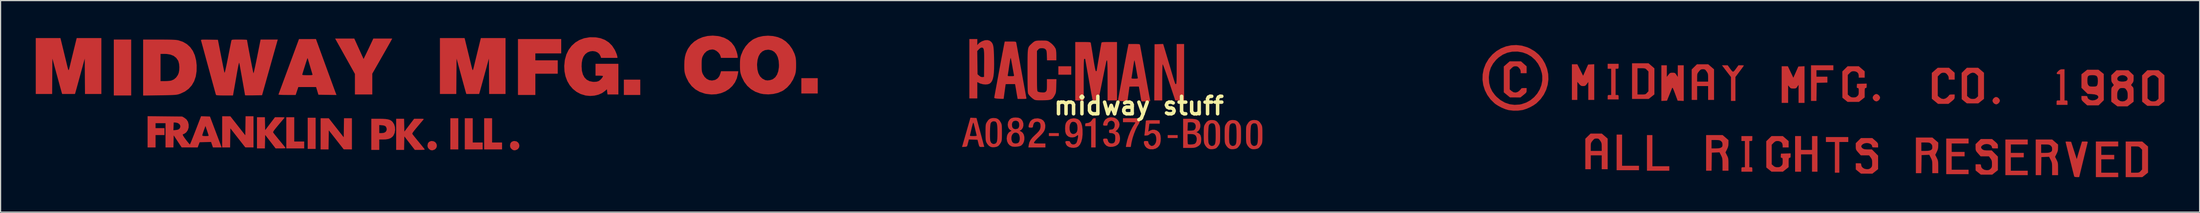
<source format=kicad_pcb>
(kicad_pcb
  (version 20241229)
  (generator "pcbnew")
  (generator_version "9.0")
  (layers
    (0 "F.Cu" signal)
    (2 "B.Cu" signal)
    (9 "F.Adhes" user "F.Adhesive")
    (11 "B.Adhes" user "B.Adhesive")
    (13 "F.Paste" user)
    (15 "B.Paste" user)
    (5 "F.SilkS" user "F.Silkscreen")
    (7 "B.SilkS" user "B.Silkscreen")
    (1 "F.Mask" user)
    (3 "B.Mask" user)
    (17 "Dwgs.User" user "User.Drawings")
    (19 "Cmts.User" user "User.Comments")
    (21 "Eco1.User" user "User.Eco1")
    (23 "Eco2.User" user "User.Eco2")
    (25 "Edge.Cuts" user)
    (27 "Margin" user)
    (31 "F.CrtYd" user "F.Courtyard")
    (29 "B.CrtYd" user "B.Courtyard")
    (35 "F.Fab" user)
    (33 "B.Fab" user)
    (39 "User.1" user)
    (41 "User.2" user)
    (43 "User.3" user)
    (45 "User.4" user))
  (footprint "midway stuff"
    (layer "F.Cu")
    (at 94.094 6.02)
    (property "Reference" "midway stuff" (at 0 0 0) (layer "F.SilkS") (effects (font (size 1.5 1.5) (thickness 0.3))))
    (attr board_only exclude_from_pos_files exclude_from_bom)
    (fp_poly (pts (xy -85.953 -3.286) (xy -85.953 -0.89) (xy -86.695 -0.89) (xy -87.437 -0.89) (xy -87.437 -3.286) (xy -87.437 -5.682) (xy -86.695 -5.682) (xy -85.953 -5.682)) (stroke (width 0) (type solid)) (fill yes) (layer "F.Cu"))
    (fp_poly (pts (xy -70.221 2.353) (xy -70.221 3.689) (xy -70.56 3.689) (xy -70.899 3.689) (xy -70.899 2.353) (xy -70.899 1.018) (xy -70.56 1.018) (xy -70.221 1.018)) (stroke (width 0) (type solid)) (fill yes) (layer "F.Cu"))
    (fp_poly (pts (xy -58.051 2.396) (xy -58.051 3.732) (xy -58.39 3.732) (xy -58.73 3.732) (xy -58.73 2.396) (xy -58.73 1.06) (xy -58.39 1.06) (xy -58.051 1.06)) (stroke (width 0) (type solid)) (fill yes) (layer "F.Cu"))
    (fp_poly (pts (xy -42.531 -1.59) (xy -42.531 -0.933) (xy -43.231 -0.933) (xy -43.931 -0.933) (xy -43.931 -1.59) (xy -43.931 -2.247) (xy -43.231 -2.247) (xy -42.531 -2.247)) (stroke (width 0) (type solid)) (fill yes) (layer "F.Cu"))
    (fp_poly (pts (xy -27.393 -1.717) (xy -27.393 -1.06) (xy -28.093 -1.06) (xy -28.792 -1.06) (xy -28.792 -1.717) (xy -28.792 -2.375) (xy -28.093 -2.375) (xy -27.393 -2.375)) (stroke (width 0) (type solid)) (fill yes) (layer "F.Cu"))
    (fp_poly (pts (xy -6.827 2.459) (xy -6.827 2.587) (xy -7.251 2.587) (xy -7.675 2.587) (xy -7.675 2.459) (xy -7.675 2.332) (xy -7.251 2.332) (xy -6.827 2.332)) (stroke (width 0) (type solid)) (fill yes) (layer "F.Cu"))
    (fp_poly (pts (xy -5.767 -3.032) (xy -5.767 -2.671) (xy -6.318 -2.671) (xy -6.869 -2.671) (xy -6.869 -3.032) (xy -6.869 -3.392) (xy -6.318 -3.392) (xy -5.767 -3.392)) (stroke (width 0) (type solid)) (fill yes) (layer "F.Cu"))
    (fp_poly (pts (xy 3.308 2.629) (xy 3.308 2.756) (xy 2.883 2.756) (xy 2.459 2.756) (xy 2.459 2.629) (xy 2.459 2.502) (xy 2.883 2.502) (xy 3.308 2.502)) (stroke (width 0) (type solid)) (fill yes) (layer "F.Cu"))
    (fp_poly (pts (xy -72.044 2.014) (xy -72.044 3.053) (xy -71.62 3.053) (xy -71.196 3.053) (xy -71.196 3.35) (xy -71.196 3.647) (xy -71.96 3.647) (xy -72.723 3.647) (xy -72.723 2.311) (xy -72.723 0.975) (xy -72.384 0.975) (xy -72.044 0.975)) (stroke (width 0) (type solid)) (fill yes) (layer "F.Cu"))
    (fp_poly (pts (xy -56.821 2.099) (xy -56.821 3.138) (xy -56.397 3.138) (xy -55.973 3.138) (xy -55.973 3.435) (xy -55.973 3.732) (xy -56.737 3.732) (xy -57.5 3.732) (xy -57.5 2.396) (xy -57.5 1.06) (xy -57.161 1.06) (xy -56.821 1.06)) (stroke (width 0) (type solid)) (fill yes) (layer "F.Cu"))
    (fp_poly (pts (xy -55.168 2.099) (xy -55.168 3.138) (xy -54.744 3.138) (xy -54.32 3.138) (xy -54.32 3.435) (xy -54.32 3.732) (xy -55.083 3.732) (xy -55.846 3.732) (xy -55.846 2.396) (xy -55.846 1.06) (xy -55.507 1.06) (xy -55.168 1.06)) (stroke (width 0) (type solid)) (fill yes) (layer "F.Cu"))
    (fp_poly (pts (xy 41.217 3.795) (xy 41.217 5.131) (xy 41.938 5.131) (xy 42.658 5.131) (xy 42.658 5.322) (xy 42.658 5.513) (xy 41.704 5.513) (xy 40.75 5.513) (xy 40.75 3.986) (xy 40.75 2.459) (xy 40.983 2.459) (xy 41.217 2.459)) (stroke (width 0) (type solid)) (fill yes) (layer "F.Cu"))
    (fp_poly (pts (xy 43.803 3.838) (xy 43.803 5.173) (xy 44.524 5.173) (xy 45.245 5.173) (xy 45.245 5.364) (xy 45.245 5.555) (xy 44.291 5.555) (xy 43.337 5.555) (xy 43.337 4.028) (xy 43.337 2.502) (xy 43.57 2.502) (xy 43.803 2.502)) (stroke (width 0) (type solid)) (fill yes) (layer "F.Cu"))
    (fp_poly (pts (xy 60.511 2.883) (xy 60.511 3.095) (xy 60.129 3.095) (xy 59.747 3.095) (xy 59.747 4.41) (xy 59.747 5.725) (xy 59.556 5.725) (xy 59.366 5.725) (xy 59.366 4.41) (xy 59.366 3.095) (xy 58.984 3.095) (xy 58.602 3.095) (xy 58.602 2.883) (xy 58.602 2.671) (xy 59.556 2.671) (xy 60.511 2.671)) (stroke (width 0) (type solid)) (fill yes) (layer "F.Cu"))
    (fp_poly (pts (xy -60.125 3.044) (xy -59.995 3.134) (xy -59.912 3.26) (xy -59.88 3.406) (xy -59.905 3.554) (xy -59.992 3.684) (xy -60.093 3.756) (xy -60.268 3.812) (xy -60.424 3.787) (xy -60.556 3.692) (xy -60.646 3.577) (xy -60.678 3.448) (xy -60.68 3.394) (xy -60.646 3.212) (xy -60.549 3.086) (xy -60.394 3.019) (xy -60.297 3.011)) (stroke (width 0) (type solid)) (fill yes) (layer "F.Cu"))
    (fp_poly (pts (xy -53.086 3.044) (xy -52.956 3.134) (xy -52.873 3.26) (xy -52.841 3.406) (xy -52.866 3.554) (xy -52.952 3.684) (xy -53.054 3.756) (xy -53.229 3.812) (xy -53.385 3.787) (xy -53.517 3.692) (xy -53.607 3.577) (xy -53.639 3.448) (xy -53.641 3.394) (xy -53.607 3.212) (xy -53.51 3.086) (xy -53.355 3.019) (xy -53.258 3.011)) (stroke (width 0) (type solid)) (fill yes) (layer "F.Cu"))
    (fp_poly (pts (xy 63.029 -0.981) (xy 63.14 -0.889) (xy 63.212 -0.769) (xy 63.224 -0.7) (xy 63.187 -0.577) (xy 63.095 -0.466) (xy 62.976 -0.394) (xy 62.906 -0.382) (xy 62.801 -0.411) (xy 62.696 -0.482) (xy 62.692 -0.486) (xy 62.62 -0.589) (xy 62.588 -0.696) (xy 62.588 -0.7) (xy 62.625 -0.822) (xy 62.717 -0.933) (xy 62.837 -1.005) (xy 62.906 -1.018)) (stroke (width 0) (type solid)) (fill yes) (layer "F.Cu"))
    (fp_poly (pts (xy 73.248 -0.726) (xy 73.359 -0.634) (xy 73.431 -0.515) (xy 73.444 -0.445) (xy 73.407 -0.323) (xy 73.315 -0.212) (xy 73.195 -0.14) (xy 73.126 -0.127) (xy 73.02 -0.157) (xy 72.915 -0.228) (xy 72.912 -0.231) (xy 72.839 -0.335) (xy 72.808 -0.441) (xy 72.808 -0.445) (xy 72.845 -0.568) (xy 72.937 -0.679) (xy 73.056 -0.751) (xy 73.126 -0.763)) (stroke (width 0) (type solid)) (fill yes) (layer "F.Cu"))
    (fp_poly (pts (xy -75.522 2.226) (xy -75.522 3.562) (xy -75.871 3.56) (xy -76.221 3.558) (xy -76.857 2.744) (xy -77.493 1.929) (xy -77.505 2.746) (xy -77.516 3.562) (xy -77.855 3.562) (xy -78.193 3.562) (xy -78.193 2.226) (xy -78.193 0.89) (xy -77.843 0.893) (xy -77.493 0.895) (xy -76.857 1.708) (xy -76.221 2.521) (xy -76.21 1.706) (xy -76.198 0.89) (xy -75.86 0.89) (xy -75.522 0.89)) (stroke (width 0) (type solid)) (fill yes) (layer "F.Cu"))
    (fp_poly (pts (xy -67.126 2.396) (xy -67.126 3.732) (xy -67.475 3.729) (xy -67.825 3.727) (xy -68.461 2.913) (xy -69.097 2.099) (xy -69.109 2.915) (xy -69.12 3.732) (xy -69.459 3.732) (xy -69.797 3.732) (xy -69.797 2.396) (xy -69.797 1.06) (xy -69.447 1.062) (xy -69.097 1.064) (xy -68.461 1.877) (xy -67.825 2.691) (xy -67.814 1.875) (xy -67.802 1.06) (xy -67.464 1.06) (xy -67.126 1.06)) (stroke (width 0) (type solid)) (fill yes) (layer "F.Cu"))
    (fp_poly (pts (xy -49.273 -5.11) (xy -49.273 -4.495) (xy -50.376 -4.495) (xy -51.478 -4.495) (xy -51.478 -4.198) (xy -51.478 -3.901) (xy -50.524 -3.901) (xy -49.57 -3.901) (xy -49.57 -3.329) (xy -49.57 -2.756) (xy -50.524 -2.756) (xy -51.478 -2.756) (xy -51.478 -1.845) (xy -51.478 -0.933) (xy -52.221 -0.933) (xy -52.963 -0.933) (xy -52.963 -3.329) (xy -52.963 -5.725) (xy -51.118 -5.725) (xy -49.273 -5.725)) (stroke (width 0) (type solid)) (fill yes) (layer "F.Cu"))
    (fp_poly (pts (xy -3.689 2.311) (xy -3.689 3.562) (xy -3.88 3.562) (xy -4.071 3.562) (xy -4.071 2.65) (xy -4.071 1.739) (xy -4.325 1.739) (xy -4.58 1.739) (xy -4.58 1.611) (xy -4.568 1.521) (xy -4.52 1.487) (xy -4.472 1.484) (xy -4.28 1.449) (xy -4.115 1.355) (xy -4.002 1.216) (xy -4 1.211) (xy -3.936 1.107) (xy -3.862 1.065) (xy -3.809 1.06) (xy -3.689 1.06)) (stroke (width 0) (type solid)) (fill yes) (layer "F.Cu"))
    (fp_poly (pts (xy 59.238 -3.265) (xy 59.238 -3.053) (xy 58.518 -3.053) (xy 57.797 -3.053) (xy 57.797 -2.777) (xy 57.797 -2.502) (xy 58.263 -2.502) (xy 58.73 -2.502) (xy 58.73 -2.249) (xy 58.73 -1.996) (xy 58.274 -1.984) (xy 57.818 -1.972) (xy 57.806 -1.198) (xy 57.795 -0.424) (xy 57.562 -0.424) (xy 57.33 -0.424) (xy 57.33 -1.951) (xy 57.33 -3.477) (xy 58.284 -3.477) (xy 59.238 -3.477)) (stroke (width 0) (type solid)) (fill yes) (layer "F.Cu"))
    (fp_poly (pts (xy 56.482 3.18) (xy 56.482 3.774) (xy 56.949 3.774) (xy 57.415 3.774) (xy 57.415 3.18) (xy 57.415 2.587) (xy 57.648 2.587) (xy 57.881 2.587) (xy 57.881 4.113) (xy 57.881 5.64) (xy 57.648 5.64) (xy 57.415 5.64) (xy 57.415 4.898) (xy 57.415 4.156) (xy 56.949 4.156) (xy 56.482 4.156) (xy 56.482 4.898) (xy 56.482 5.64) (xy 56.228 5.64) (xy 55.973 5.64) (xy 55.973 4.113) (xy 55.973 2.587) (xy 56.228 2.587) (xy 56.482 2.587)) (stroke (width 0) (type solid)) (fill yes) (layer "F.Cu"))
    (fp_poly (pts (xy 70.772 3.011) (xy 70.772 3.223) (xy 70.051 3.223) (xy 69.331 3.223) (xy 69.331 3.583) (xy 69.331 3.944) (xy 69.882 3.944) (xy 70.433 3.944) (xy 70.433 4.134) (xy 70.433 4.325) (xy 69.882 4.325) (xy 69.331 4.325) (xy 69.331 4.898) (xy 69.331 5.47) (xy 70.051 5.47) (xy 70.772 5.47) (xy 70.772 5.661) (xy 70.772 5.852) (xy 69.818 5.852) (xy 68.864 5.852) (xy 68.864 4.325) (xy 68.864 2.799) (xy 69.818 2.799) (xy 70.772 2.799)) (stroke (width 0) (type solid)) (fill yes) (layer "F.Cu"))
    (fp_poly (pts (xy 75.818 3.095) (xy 75.818 3.308) (xy 75.097 3.308) (xy 74.377 3.308) (xy 74.377 3.668) (xy 74.377 4.028) (xy 74.928 4.028) (xy 75.479 4.028) (xy 75.479 4.219) (xy 75.479 4.41) (xy 74.928 4.41) (xy 74.377 4.41) (xy 74.377 4.982) (xy 74.377 5.555) (xy 75.097 5.555) (xy 75.818 5.555) (xy 75.818 5.746) (xy 75.818 5.937) (xy 74.864 5.937) (xy 73.91 5.937) (xy 73.91 4.41) (xy 73.91 2.883) (xy 74.864 2.883) (xy 75.818 2.883)) (stroke (width 0) (type solid)) (fill yes) (layer "F.Cu"))
    (fp_poly (pts (xy 83.536 3.265) (xy 83.536 3.477) (xy 82.815 3.477) (xy 82.094 3.477) (xy 82.094 3.838) (xy 82.094 4.198) (xy 82.645 4.198) (xy 83.197 4.198) (xy 83.197 4.389) (xy 83.197 4.58) (xy 82.645 4.58) (xy 82.094 4.58) (xy 82.094 5.152) (xy 82.094 5.725) (xy 82.815 5.725) (xy 83.536 5.725) (xy 83.536 5.915) (xy 83.536 6.106) (xy 82.582 6.106) (xy 81.628 6.106) (xy 81.628 4.58) (xy 81.628 3.053) (xy 82.582 3.053) (xy 83.536 3.053)) (stroke (width 0) (type solid)) (fill yes) (layer "F.Cu"))
    (fp_poly (pts (xy 78.956 -1.802) (xy 78.956 -0.466) (xy 79.083 -0.466) (xy 79.162 -0.461) (xy 79.199 -0.429) (xy 79.21 -0.348) (xy 79.211 -0.276) (xy 79.211 -0.085) (xy 78.744 -0.085) (xy 78.278 -0.085) (xy 78.278 -0.276) (xy 78.281 -0.393) (xy 78.302 -0.448) (xy 78.36 -0.465) (xy 78.426 -0.466) (xy 78.575 -0.466) (xy 78.575 -1.59) (xy 78.575 -2.714) (xy 78.426 -2.714) (xy 78.315 -2.731) (xy 78.28 -2.783) (xy 78.321 -2.872) (xy 78.432 -2.992) (xy 78.547 -3.086) (xy 78.654 -3.129) (xy 78.771 -3.138) (xy 78.956 -3.138)) (stroke (width 0) (type solid)) (fill yes) (layer "F.Cu"))
    (fp_poly (pts (xy -66.527 -4.892) (xy -66.132 -4.018) (xy -65.939 -4.415) (xy -65.838 -4.625) (xy -65.718 -4.876) (xy -65.598 -5.131) (xy -65.524 -5.29) (xy -65.301 -5.767) (xy -64.495 -5.767) (xy -63.689 -5.767) (xy -63.76 -5.63) (xy -63.797 -5.562) (xy -63.87 -5.43) (xy -63.976 -5.242) (xy -64.107 -5.009) (xy -64.26 -4.739) (xy -64.429 -4.441) (xy -64.609 -4.125) (xy -65.387 -2.758) (xy -65.387 -1.866) (xy -65.387 -0.975) (xy -66.129 -0.975) (xy -66.871 -0.975) (xy -66.871 -1.856) (xy -66.871 -2.736) (xy -67.715 -4.252) (xy -68.559 -5.767) (xy -67.741 -5.767) (xy -66.923 -5.767)) (stroke (width 0) (type solid)) (fill yes) (layer "F.Cu"))
    (fp_poly (pts (xy 38.842 -2.037) (xy 38.842 -0.509) (xy 38.588 -0.509) (xy 38.333 -0.509) (xy 38.333 -1.278) (xy 38.333 -2.048) (xy 38.206 -1.872) (xy 38.122 -1.766) (xy 38.049 -1.714) (xy 37.953 -1.697) (xy 37.891 -1.696) (xy 37.775 -1.703) (xy 37.692 -1.737) (xy 37.608 -1.813) (xy 37.553 -1.876) (xy 37.402 -2.057) (xy 37.401 -1.283) (xy 37.4 -0.509) (xy 37.167 -0.509) (xy 36.934 -0.509) (xy 36.934 -2.035) (xy 36.934 -3.562) (xy 37.167 -3.562) (xy 37.4 -3.562) (xy 37.646 -3.07) (xy 37.893 -2.578) (xy 38.105 -3.06) (xy 38.318 -3.541) (xy 38.58 -3.553) (xy 38.842 -3.566)) (stroke (width 0) (type solid)) (fill yes) (layer "F.Cu"))
    (fp_poly (pts (xy 40.92 -3.392) (xy 40.917 -3.267) (xy 40.9 -3.204) (xy 40.855 -3.183) (xy 40.793 -3.18) (xy 40.665 -3.18) (xy 40.665 -2.057) (xy 40.665 -0.933) (xy 40.793 -0.933) (xy 40.871 -0.927) (xy 40.908 -0.895) (xy 40.919 -0.814) (xy 40.92 -0.742) (xy 40.92 -0.551) (xy 40.453 -0.551) (xy 39.987 -0.551) (xy 39.987 -0.742) (xy 39.99 -0.859) (xy 40.012 -0.915) (xy 40.069 -0.932) (xy 40.135 -0.933) (xy 40.284 -0.933) (xy 40.284 -2.057) (xy 40.284 -3.18) (xy 40.135 -3.18) (xy 39.987 -3.18) (xy 39.987 -3.392) (xy 39.987 -3.604) (xy 40.453 -3.604) (xy 40.92 -3.604)) (stroke (width 0) (type solid)) (fill yes) (layer "F.Cu"))
    (fp_poly (pts (xy 52.327 2.799) (xy 52.324 2.924) (xy 52.307 2.987) (xy 52.262 3.008) (xy 52.199 3.011) (xy 52.072 3.011) (xy 52.072 4.134) (xy 52.072 5.258) (xy 52.199 5.258) (xy 52.278 5.264) (xy 52.315 5.296) (xy 52.326 5.377) (xy 52.327 5.449) (xy 52.327 5.64) (xy 51.86 5.64) (xy 51.394 5.64) (xy 51.394 5.449) (xy 51.397 5.332) (xy 51.418 5.276) (xy 51.476 5.259) (xy 51.542 5.258) (xy 51.69 5.258) (xy 51.69 4.134) (xy 51.69 3.011) (xy 51.542 3.011) (xy 51.394 3.011) (xy 51.394 2.799) (xy 51.394 2.587) (xy 51.86 2.587) (xy 52.327 2.587)) (stroke (width 0) (type solid)) (fill yes) (layer "F.Cu"))
    (fp_poly (pts (xy 56.779 -1.825) (xy 56.779 -0.254) (xy 56.525 -0.254) (xy 56.27 -0.254) (xy 56.27 -1.028) (xy 56.27 -1.801) (xy 56.163 -1.642) (xy 56.094 -1.55) (xy 56.028 -1.503) (xy 55.935 -1.486) (xy 55.826 -1.484) (xy 55.687 -1.489) (xy 55.599 -1.514) (xy 55.53 -1.573) (xy 55.489 -1.622) (xy 55.381 -1.76) (xy 55.38 -1.007) (xy 55.38 -0.254) (xy 55.104 -0.254) (xy 54.828 -0.254) (xy 54.828 -1.823) (xy 54.828 -3.392) (xy 55.094 -3.392) (xy 55.359 -3.392) (xy 55.592 -2.902) (xy 55.825 -2.411) (xy 56.037 -2.891) (xy 56.25 -3.371) (xy 56.514 -3.384) (xy 56.779 -3.396)) (stroke (width 0) (type solid)) (fill yes) (layer "F.Cu"))
    (fp_poly (pts (xy 0.085 1.234) (xy 0.062 1.393) (xy 0.005 1.52) (xy -0.141 1.763) (xy -0.286 2.066) (xy -0.42 2.405) (xy -0.534 2.757) (xy -0.619 3.098) (xy -0.642 3.225) (xy -0.691 3.52) (xy -0.9 3.52) (xy -1.11 3.52) (xy -1.082 3.339) (xy -1.003 2.97) (xy -0.883 2.581) (xy -0.732 2.199) (xy -0.56 1.853) (xy -0.428 1.639) (xy -0.356 1.529) (xy -0.308 1.449) (xy -0.297 1.423) (xy -0.337 1.414) (xy -0.445 1.407) (xy -0.606 1.402) (xy -0.804 1.399) (xy -0.827 1.399) (xy -1.357 1.399) (xy -1.357 1.23) (xy -1.357 1.06) (xy -0.636 1.06) (xy 0.085 1.06)) (stroke (width 0) (type solid)) (fill yes) (layer "F.Cu"))
    (fp_poly (pts (xy 43.723 -3.431) (xy 43.973 -3.214) (xy 43.973 -2.098) (xy 43.973 -0.982) (xy 43.729 -0.788) (xy 43.485 -0.594) (xy 42.775 -0.594) (xy 42.065 -0.594) (xy 42.065 -2.099) (xy 42.531 -2.099) (xy 42.531 -0.975) (xy 42.871 -0.975) (xy 43.042 -0.977) (xy 43.152 -0.987) (xy 43.226 -1.012) (xy 43.287 -1.06) (xy 43.336 -1.113) (xy 43.462 -1.251) (xy 43.463 -2.097) (xy 43.464 -2.943) (xy 43.329 -3.083) (xy 43.256 -3.153) (xy 43.189 -3.195) (xy 43.104 -3.215) (xy 42.975 -3.222) (xy 42.862 -3.223) (xy 42.531 -3.223) (xy 42.531 -2.099) (xy 42.065 -2.099) (xy 42.065 -2.12) (xy 42.065 -3.647) (xy 42.769 -3.647) (xy 43.474 -3.647)) (stroke (width 0) (type solid)) (fill yes) (layer "F.Cu"))
    (fp_poly (pts (xy 51.501 -3.473) (xy 51.585 -3.464) (xy 51.606 -3.455) (xy 51.582 -3.415) (xy 51.515 -3.32) (xy 51.416 -3.183) (xy 51.293 -3.017) (xy 51.245 -2.953) (xy 50.885 -2.473) (xy 50.885 -1.449) (xy 50.885 -0.424) (xy 50.694 -0.424) (xy 50.503 -0.424) (xy 50.503 -1.447) (xy 50.503 -2.47) (xy 50.196 -2.87) (xy 50.067 -3.038) (xy 49.95 -3.191) (xy 49.859 -3.31) (xy 49.811 -3.374) (xy 49.733 -3.477) (xy 49.98 -3.476) (xy 50.228 -3.475) (xy 50.394 -3.243) (xy 50.517 -3.073) (xy 50.606 -2.969) (xy 50.674 -2.929) (xy 50.739 -2.951) (xy 50.816 -3.034) (xy 50.921 -3.175) (xy 50.923 -3.178) (xy 51.14 -3.477) (xy 51.373 -3.477)) (stroke (width 0) (type solid)) (fill yes) (layer "F.Cu"))
    (fp_poly (pts (xy 85.831 3.269) (xy 86.08 3.486) (xy 86.08 4.602) (xy 86.08 5.718) (xy 85.836 5.912) (xy 85.592 6.106) (xy 84.882 6.106) (xy 84.172 6.106) (xy 84.172 4.601) (xy 84.638 4.601) (xy 84.638 5.725) (xy 84.978 5.725) (xy 85.149 5.723) (xy 85.259 5.713) (xy 85.333 5.687) (xy 85.394 5.639) (xy 85.443 5.587) (xy 85.569 5.449) (xy 85.57 4.603) (xy 85.571 3.757) (xy 85.436 3.617) (xy 85.363 3.546) (xy 85.296 3.505) (xy 85.211 3.484) (xy 85.082 3.478) (xy 84.969 3.477) (xy 84.638 3.477) (xy 84.638 4.601) (xy 84.172 4.601) (xy 84.172 4.58) (xy 84.172 3.053) (xy 84.876 3.053) (xy 85.581 3.053)) (stroke (width 0) (type solid)) (fill yes) (layer "F.Cu"))
    (fp_poly (pts (xy 71.837 -3.049) (xy 72.087 -2.833) (xy 72.087 -1.717) (xy 72.087 -0.601) (xy 71.843 -0.407) (xy 71.599 -0.213) (xy 71.112 -0.213) (xy 70.624 -0.214) (xy 70.403 -0.393) (xy 70.183 -0.572) (xy 70.183 -0.847) (xy 70.645 -0.847) (xy 70.783 -0.722) (xy 70.892 -0.64) (xy 71.005 -0.603) (xy 71.13 -0.595) (xy 71.277 -0.604) (xy 71.38 -0.644) (xy 71.459 -0.708) (xy 71.578 -0.822) (xy 71.578 -1.691) (xy 71.578 -2.561) (xy 71.442 -2.701) (xy 71.286 -2.816) (xy 71.119 -2.846) (xy 70.943 -2.792) (xy 70.813 -2.703) (xy 70.647 -2.565) (xy 70.646 -1.706) (xy 70.645 -0.847) (xy 70.183 -0.847) (xy 70.181 -1.698) (xy 70.179 -2.823) (xy 70.403 -3.044) (xy 70.627 -3.265) (xy 71.107 -3.265) (xy 71.588 -3.265)) (stroke (width 0) (type solid)) (fill yes) (layer "F.Cu"))
    (fp_poly (pts (xy 87.23 -2.837) (xy 87.479 -2.621) (xy 87.479 -1.505) (xy 87.479 -0.389) (xy 87.236 -0.195) (xy 86.992 -0.001) (xy 86.504 -0.001) (xy 86.017 -0.002) (xy 85.796 -0.181) (xy 85.576 -0.36) (xy 85.575 -0.635) (xy 86.038 -0.635) (xy 86.176 -0.509) (xy 86.284 -0.428) (xy 86.398 -0.391) (xy 86.523 -0.383) (xy 86.67 -0.392) (xy 86.773 -0.432) (xy 86.852 -0.496) (xy 86.971 -0.61) (xy 86.971 -1.479) (xy 86.971 -2.349) (xy 86.835 -2.489) (xy 86.678 -2.604) (xy 86.512 -2.634) (xy 86.335 -2.58) (xy 86.205 -2.491) (xy 86.039 -2.353) (xy 86.038 -1.494) (xy 86.038 -0.635) (xy 85.575 -0.635) (xy 85.573 -1.486) (xy 85.571 -2.611) (xy 85.795 -2.832) (xy 86.019 -3.053) (xy 86.5 -3.053) (xy 86.98 -3.053)) (stroke (width 0) (type solid)) (fill yes) (layer "F.Cu"))
    (fp_poly (pts (xy 45.033 -2.982) (xy 45.033 -2.486) (xy 45.169 -2.664) (xy 45.256 -2.768) (xy 45.33 -2.821) (xy 45.426 -2.839) (xy 45.519 -2.841) (xy 45.65 -2.836) (xy 45.73 -2.809) (xy 45.795 -2.74) (xy 45.849 -2.661) (xy 45.965 -2.481) (xy 45.965 -2.979) (xy 45.966 -3.477) (xy 46.22 -3.477) (xy 46.475 -3.477) (xy 46.475 -1.949) (xy 46.475 -0.42) (xy 46.214 -0.433) (xy 45.954 -0.445) (xy 45.739 -1.033) (xy 45.651 -1.268) (xy 45.586 -1.428) (xy 45.539 -1.522) (xy 45.508 -1.556) (xy 45.49 -1.542) (xy 45.462 -1.474) (xy 45.41 -1.345) (xy 45.34 -1.173) (xy 45.261 -0.975) (xy 45.253 -0.954) (xy 45.049 -0.445) (xy 44.808 -0.433) (xy 44.567 -0.42) (xy 44.567 -1.948) (xy 44.567 -3.477) (xy 44.8 -3.477) (xy 45.033 -3.477)) (stroke (width 0) (type solid)) (fill yes) (layer "F.Cu"))
    (fp_poly (pts (xy -64.508 1.108) (xy -64.245 1.125) (xy -64.041 1.157) (xy -63.883 1.208) (xy -63.76 1.279) (xy -63.658 1.374) (xy -63.655 1.377) (xy -63.526 1.581) (xy -63.455 1.821) (xy -63.44 2.074) (xy -63.483 2.32) (xy -63.581 2.538) (xy -63.668 2.646) (xy -63.82 2.762) (xy -64.01 2.837) (xy -64.252 2.876) (xy -64.47 2.883) (xy -64.793 2.883) (xy -64.793 3.329) (xy -64.793 3.774) (xy -65.133 3.774) (xy -65.472 3.774) (xy -65.472 2.438) (xy -65.472 1.988) (xy -64.793 1.988) (xy -64.793 2.332) (xy -64.587 2.332) (xy -64.402 2.311) (xy -64.269 2.244) (xy -64.181 2.126) (xy -64.157 1.979) (xy -64.201 1.83) (xy -64.235 1.779) (xy -64.31 1.716) (xy -64.423 1.68) (xy -64.553 1.663) (xy -64.793 1.643) (xy -64.793 1.988) (xy -65.472 1.988) (xy -65.472 1.103) (xy -64.843 1.103)) (stroke (width 0) (type solid)) (fill yes) (layer "F.Cu"))
    (fp_poly (pts (xy 80.85 3.058) (xy 80.926 3.076) (xy 80.938 3.106) (xy 80.924 3.158) (xy 80.892 3.283) (xy 80.846 3.472) (xy 80.786 3.713) (xy 80.717 3.998) (xy 80.639 4.318) (xy 80.563 4.632) (xy 80.207 6.105) (xy 80.004 6.106) (xy 79.867 6.095) (xy 79.791 6.065) (xy 79.783 6.053) (xy 79.768 5.999) (xy 79.736 5.876) (xy 79.69 5.694) (xy 79.632 5.465) (xy 79.566 5.2) (xy 79.493 4.911) (xy 79.418 4.61) (xy 79.342 4.306) (xy 79.27 4.012) (xy 79.202 3.739) (xy 79.143 3.498) (xy 79.095 3.301) (xy 79.06 3.158) (xy 79.043 3.082) (xy 79.041 3.073) (xy 79.079 3.062) (xy 79.178 3.058) (xy 79.28 3.062) (xy 79.519 3.074) (xy 79.758 3.816) (xy 79.998 4.557) (xy 80.095 4.219) (xy 80.153 4.019) (xy 80.224 3.779) (xy 80.295 3.543) (xy 80.318 3.467) (xy 80.444 3.053) (xy 80.701 3.053)) (stroke (width 0) (type solid)) (fill yes) (layer "F.Cu"))
    (fp_poly (pts (xy 39.737 2.591) (xy 39.987 2.807) (xy 39.987 4.117) (xy 39.987 5.428) (xy 39.733 5.428) (xy 39.478 5.428) (xy 39.478 4.834) (xy 39.478 4.24) (xy 39.012 4.24) (xy 38.545 4.24) (xy 38.545 4.834) (xy 38.545 5.428) (xy 38.312 5.428) (xy 38.079 5.428) (xy 38.079 4.122) (xy 38.079 3.516) (xy 38.545 3.516) (xy 38.545 3.859) (xy 39.012 3.859) (xy 39.478 3.859) (xy 39.478 3.517) (xy 39.475 3.338) (xy 39.462 3.216) (xy 39.43 3.121) (xy 39.374 3.024) (xy 39.349 2.987) (xy 39.267 2.876) (xy 39.198 2.82) (xy 39.112 2.801) (xy 39.036 2.799) (xy 38.924 2.806) (xy 38.842 2.838) (xy 38.761 2.913) (xy 38.699 2.986) (xy 38.622 3.084) (xy 38.577 3.165) (xy 38.554 3.257) (xy 38.546 3.387) (xy 38.545 3.516) (xy 38.079 3.516) (xy 38.079 2.817) (xy 38.303 2.596) (xy 38.527 2.375) (xy 39.007 2.375) (xy 39.488 2.375)) (stroke (width 0) (type solid)) (fill yes) (layer "F.Cu"))
    (fp_poly (pts (xy 48.812 -3.346) (xy 49.061 -3.13) (xy 49.061 -1.819) (xy 49.061 -0.509) (xy 48.807 -0.509) (xy 48.553 -0.509) (xy 48.553 -1.103) (xy 48.553 -1.696) (xy 48.086 -1.696) (xy 47.62 -1.696) (xy 47.62 -1.103) (xy 47.62 -0.509) (xy 47.386 -0.509) (xy 47.153 -0.509) (xy 47.153 -1.814) (xy 47.153 -2.42) (xy 47.62 -2.42) (xy 47.62 -2.078) (xy 48.086 -2.078) (xy 48.553 -2.078) (xy 48.553 -2.42) (xy 48.55 -2.598) (xy 48.536 -2.721) (xy 48.505 -2.816) (xy 48.449 -2.912) (xy 48.423 -2.95) (xy 48.341 -3.06) (xy 48.272 -3.116) (xy 48.186 -3.136) (xy 48.11 -3.138) (xy 47.998 -3.131) (xy 47.917 -3.099) (xy 47.835 -3.024) (xy 47.773 -2.951) (xy 47.697 -2.853) (xy 47.651 -2.772) (xy 47.628 -2.68) (xy 47.621 -2.55) (xy 47.62 -2.42) (xy 47.153 -2.42) (xy 47.153 -3.12) (xy 47.377 -3.341) (xy 47.601 -3.562) (xy 48.082 -3.562) (xy 48.562 -3.562)) (stroke (width 0) (type solid)) (fill yes) (layer "F.Cu"))
    (fp_poly (pts (xy -74.537 1.526) (xy -74.525 2.077) (xy -74.109 1.526) (xy -73.692 0.975) (xy -73.265 0.975) (xy -73.072 0.976) (xy -72.952 0.981) (xy -72.891 0.991) (xy -72.875 1.011) (xy -72.893 1.042) (xy -72.9 1.049) (xy -73.157 1.355) (xy -73.365 1.602) (xy -73.527 1.799) (xy -73.65 1.95) (xy -73.739 2.064) (xy -73.797 2.146) (xy -73.83 2.204) (xy -73.843 2.244) (xy -73.842 2.273) (xy -73.83 2.298) (xy -73.827 2.303) (xy -73.784 2.362) (xy -73.696 2.475) (xy -73.574 2.627) (xy -73.428 2.807) (xy -73.299 2.964) (xy -73.143 3.155) (xy -73.005 3.325) (xy -72.894 3.463) (xy -72.819 3.557) (xy -72.792 3.594) (xy -72.796 3.618) (xy -72.851 3.634) (xy -72.966 3.643) (xy -73.154 3.647) (xy -73.197 3.647) (xy -73.635 3.646) (xy -74.08 3.068) (xy -74.525 2.49) (xy -74.537 3.069) (xy -74.549 3.647) (xy -74.887 3.647) (xy -75.225 3.647) (xy -75.225 2.311) (xy -75.225 0.975) (xy -74.887 0.975) (xy -74.549 0.975)) (stroke (width 0) (type solid)) (fill yes) (layer "F.Cu"))
    (fp_poly (pts (xy -62.664 1.653) (xy -62.652 2.204) (xy -62.236 1.653) (xy -61.819 1.103) (xy -61.392 1.103) (xy -61.199 1.103) (xy -61.079 1.108) (xy -61.017 1.119) (xy -61.002 1.138) (xy -61.02 1.169) (xy -61.026 1.177) (xy -61.284 1.482) (xy -61.491 1.73) (xy -61.654 1.926) (xy -61.777 2.077) (xy -61.865 2.191) (xy -61.924 2.273) (xy -61.957 2.331) (xy -61.97 2.371) (xy -61.969 2.4) (xy -61.957 2.425) (xy -61.954 2.43) (xy -61.91 2.49) (xy -61.823 2.602) (xy -61.701 2.754) (xy -61.555 2.935) (xy -61.426 3.091) (xy -61.27 3.282) (xy -61.132 3.452) (xy -61.021 3.59) (xy -60.946 3.684) (xy -60.919 3.721) (xy -60.923 3.746) (xy -60.977 3.762) (xy -61.093 3.771) (xy -61.281 3.774) (xy -61.324 3.774) (xy -61.761 3.774) (xy -62.207 3.196) (xy -62.652 2.618) (xy -62.664 3.196) (xy -62.676 3.774) (xy -63.014 3.774) (xy -63.352 3.774) (xy -63.352 2.438) (xy -63.352 1.103) (xy -63.014 1.103) (xy -62.676 1.103)) (stroke (width 0) (type solid)) (fill yes) (layer "F.Cu"))
    (fp_poly (pts (xy 32.833 -3.601) (xy 33.075 -3.386) (xy 33.075 -3.092) (xy 33.075 -2.799) (xy 32.821 -2.799) (xy 32.566 -2.799) (xy 32.566 -2.946) (xy 32.536 -3.092) (xy 32.438 -3.239) (xy 32.435 -3.242) (xy 32.336 -3.339) (xy 32.243 -3.383) (xy 32.125 -3.392) (xy 32.005 -3.382) (xy 31.909 -3.338) (xy 31.804 -3.245) (xy 31.79 -3.232) (xy 31.633 -3.071) (xy 31.633 -2.239) (xy 31.633 -1.408) (xy 31.783 -1.277) (xy 31.96 -1.166) (xy 32.14 -1.14) (xy 32.32 -1.198) (xy 32.45 -1.295) (xy 32.541 -1.387) (xy 32.598 -1.46) (xy 32.609 -1.485) (xy 32.647 -1.508) (xy 32.746 -1.523) (xy 32.842 -1.527) (xy 33.075 -1.527) (xy 33.075 -1.338) (xy 33.071 -1.24) (xy 33.05 -1.167) (xy 32.999 -1.097) (xy 32.902 -1.01) (xy 32.811 -0.935) (xy 32.546 -0.721) (xy 32.1 -0.722) (xy 31.655 -0.724) (xy 31.39 -0.942) (xy 31.125 -1.16) (xy 31.125 -2.267) (xy 31.125 -3.373) (xy 31.376 -3.595) (xy 31.628 -3.816) (xy 32.11 -3.816) (xy 32.592 -3.816)) (stroke (width 0) (type solid)) (fill yes) (layer "F.Cu"))
    (fp_poly (pts (xy 69.343 -3.05) (xy 69.585 -2.834) (xy 69.585 -2.541) (xy 69.585 -2.247) (xy 69.331 -2.247) (xy 69.076 -2.247) (xy 69.076 -2.394) (xy 69.046 -2.541) (xy 68.947 -2.688) (xy 68.945 -2.691) (xy 68.846 -2.788) (xy 68.753 -2.831) (xy 68.635 -2.841) (xy 68.515 -2.83) (xy 68.419 -2.787) (xy 68.313 -2.694) (xy 68.3 -2.68) (xy 68.143 -2.519) (xy 68.143 -1.688) (xy 68.143 -0.857) (xy 68.293 -0.725) (xy 68.47 -0.615) (xy 68.65 -0.589) (xy 68.83 -0.647) (xy 68.96 -0.744) (xy 69.05 -0.836) (xy 69.108 -0.909) (xy 69.119 -0.933) (xy 69.157 -0.956) (xy 69.256 -0.972) (xy 69.352 -0.975) (xy 69.585 -0.975) (xy 69.585 -0.786) (xy 69.581 -0.689) (xy 69.56 -0.616) (xy 69.508 -0.546) (xy 69.412 -0.459) (xy 69.321 -0.384) (xy 69.056 -0.17) (xy 68.61 -0.171) (xy 68.164 -0.172) (xy 67.899 -0.391) (xy 67.634 -0.609) (xy 67.634 -1.716) (xy 67.634 -2.822) (xy 67.886 -3.044) (xy 68.138 -3.265) (xy 68.62 -3.265) (xy 69.102 -3.265)) (stroke (width 0) (type solid)) (fill yes) (layer "F.Cu"))
    (fp_poly (pts (xy 50.042 2.718) (xy 50.291 2.934) (xy 50.291 3.207) (xy 50.281 3.396) (xy 50.242 3.556) (xy 50.163 3.733) (xy 50.036 3.986) (xy 50.163 4.239) (xy 50.217 4.35) (xy 50.253 4.445) (xy 50.275 4.545) (xy 50.286 4.671) (xy 50.291 4.845) (xy 50.291 5.024) (xy 50.291 5.555) (xy 50.037 5.555) (xy 49.782 5.555) (xy 49.782 5.024) (xy 49.781 4.799) (xy 49.776 4.638) (xy 49.762 4.52) (xy 49.737 4.423) (xy 49.697 4.326) (xy 49.654 4.237) (xy 49.525 3.982) (xy 49.198 3.995) (xy 48.871 4.007) (xy 48.859 4.781) (xy 48.848 5.555) (xy 48.615 5.555) (xy 48.383 5.555) (xy 48.383 4.028) (xy 48.383 3.286) (xy 48.849 3.286) (xy 48.849 3.647) (xy 49.193 3.647) (xy 49.409 3.639) (xy 49.56 3.614) (xy 49.659 3.574) (xy 49.739 3.514) (xy 49.775 3.437) (xy 49.782 3.318) (xy 49.769 3.18) (xy 49.718 3.083) (xy 49.666 3.031) (xy 49.597 2.979) (xy 49.52 2.948) (xy 49.412 2.933) (xy 49.249 2.928) (xy 49.199 2.927) (xy 48.849 2.926) (xy 48.849 3.286) (xy 48.383 3.286) (xy 48.383 2.502) (xy 49.087 2.502) (xy 49.792 2.502)) (stroke (width 0) (type solid)) (fill yes) (layer "F.Cu"))
    (fp_poly (pts (xy 67.936 2.93) (xy 68.186 3.146) (xy 68.186 3.419) (xy 68.175 3.608) (xy 68.136 3.768) (xy 68.058 3.945) (xy 67.93 4.198) (xy 68.058 4.451) (xy 68.111 4.562) (xy 68.147 4.657) (xy 68.169 4.757) (xy 68.181 4.883) (xy 68.185 5.057) (xy 68.186 5.236) (xy 68.186 5.767) (xy 67.931 5.767) (xy 67.677 5.767) (xy 67.677 5.236) (xy 67.676 5.011) (xy 67.67 4.85) (xy 67.657 4.732) (xy 67.632 4.635) (xy 67.592 4.538) (xy 67.548 4.449) (xy 67.419 4.194) (xy 67.092 4.207) (xy 66.765 4.219) (xy 66.754 4.993) (xy 66.742 5.767) (xy 66.51 5.767) (xy 66.277 5.767) (xy 66.277 4.24) (xy 66.277 3.498) (xy 66.744 3.498) (xy 66.744 3.859) (xy 67.087 3.859) (xy 67.303 3.851) (xy 67.455 3.826) (xy 67.554 3.786) (xy 67.634 3.726) (xy 67.669 3.649) (xy 67.677 3.53) (xy 67.664 3.392) (xy 67.613 3.295) (xy 67.56 3.243) (xy 67.491 3.191) (xy 67.415 3.16) (xy 67.307 3.145) (xy 67.144 3.14) (xy 67.094 3.139) (xy 66.744 3.138) (xy 66.744 3.498) (xy 66.277 3.498) (xy 66.277 2.714) (xy 66.982 2.714) (xy 67.686 2.714)) (stroke (width 0) (type solid)) (fill yes) (layer "F.Cu"))
    (fp_poly (pts (xy 78.155 3.1) (xy 78.405 3.316) (xy 78.405 3.589) (xy 78.395 3.778) (xy 78.356 3.937) (xy 78.277 4.114) (xy 78.149 4.368) (xy 78.277 4.621) (xy 78.331 4.731) (xy 78.367 4.826) (xy 78.389 4.926) (xy 78.4 5.053) (xy 78.404 5.226) (xy 78.405 5.405) (xy 78.405 5.937) (xy 78.151 5.937) (xy 77.896 5.937) (xy 77.896 5.405) (xy 77.895 5.181) (xy 77.889 5.02) (xy 77.876 4.902) (xy 77.851 4.805) (xy 77.811 4.708) (xy 77.767 4.619) (xy 77.639 4.364) (xy 77.312 4.376) (xy 76.984 4.389) (xy 76.973 5.163) (xy 76.961 5.937) (xy 76.729 5.937) (xy 76.497 5.937) (xy 76.497 4.41) (xy 76.497 3.668) (xy 76.963 3.668) (xy 76.963 4.028) (xy 77.307 4.028) (xy 77.523 4.021) (xy 77.674 3.996) (xy 77.773 3.956) (xy 77.853 3.895) (xy 77.888 3.819) (xy 77.896 3.699) (xy 77.883 3.562) (xy 77.832 3.465) (xy 77.78 3.413) (xy 77.711 3.361) (xy 77.634 3.33) (xy 77.526 3.314) (xy 77.363 3.309) (xy 77.313 3.309) (xy 76.963 3.308) (xy 76.963 3.668) (xy 76.497 3.668) (xy 76.497 2.883) (xy 77.201 2.883) (xy 77.906 2.883)) (stroke (width 0) (type solid)) (fill yes) (layer "F.Cu"))
    (fp_poly (pts (xy -91.727 -4.739) (xy -91.652 -4.43) (xy -91.58 -4.131) (xy -91.513 -3.857) (xy -91.457 -3.624) (xy -91.414 -3.446) (xy -91.394 -3.361) (xy -91.356 -3.213) (xy -91.322 -3.104) (xy -91.298 -3.054) (xy -91.296 -3.053) (xy -91.274 -3.091) (xy -91.242 -3.192) (xy -91.204 -3.334) (xy -91.198 -3.361) (xy -91.167 -3.488) (xy -91.121 -3.682) (xy -91.061 -3.928) (xy -90.993 -4.21) (xy -90.919 -4.513) (xy -90.864 -4.739) (xy -90.603 -5.809) (xy -89.55 -5.809) (xy -88.497 -5.809) (xy -88.497 -3.414) (xy -88.497 -1.018) (xy -89.196 -1.018) (xy -89.895 -1.018) (xy -89.907 -2.533) (xy -89.918 -4.048) (xy -90.274 -2.734) (xy -90.364 -2.404) (xy -90.449 -2.091) (xy -90.526 -1.808) (xy -90.593 -1.566) (xy -90.645 -1.377) (xy -90.68 -1.252) (xy -90.689 -1.219) (xy -90.748 -1.018) (xy -91.296 -1.018) (xy -91.844 -1.018) (xy -91.903 -1.219) (xy -91.928 -1.309) (xy -91.973 -1.47) (xy -92.033 -1.689) (xy -92.105 -1.954) (xy -92.187 -2.254) (xy -92.275 -2.578) (xy -92.318 -2.734) (xy -92.674 -4.048) (xy -92.685 -2.533) (xy -92.696 -1.018) (xy -93.395 -1.018) (xy -94.094 -1.018) (xy -94.094 -3.414) (xy -94.094 -5.809) (xy -93.041 -5.809) (xy -91.988 -5.809)) (stroke (width 0) (type solid)) (fill yes) (layer "F.Cu"))
    (fp_poly (pts (xy -57.253 -4.739) (xy -57.178 -4.43) (xy -57.105 -4.131) (xy -57.039 -3.857) (xy -56.983 -3.624) (xy -56.94 -3.446) (xy -56.92 -3.361) (xy -56.882 -3.213) (xy -56.848 -3.104) (xy -56.824 -3.054) (xy -56.821 -3.053) (xy -56.8 -3.091) (xy -56.767 -3.192) (xy -56.729 -3.334) (xy -56.723 -3.361) (xy -56.693 -3.488) (xy -56.646 -3.682) (xy -56.587 -3.928) (xy -56.519 -4.21) (xy -56.445 -4.513) (xy -56.39 -4.739) (xy -56.129 -5.809) (xy -55.076 -5.809) (xy -54.023 -5.809) (xy -54.023 -3.414) (xy -54.023 -1.018) (xy -54.722 -1.018) (xy -55.421 -1.018) (xy -55.432 -2.533) (xy -55.443 -4.048) (xy -55.8 -2.734) (xy -55.889 -2.404) (xy -55.974 -2.091) (xy -56.052 -1.808) (xy -56.118 -1.566) (xy -56.17 -1.377) (xy -56.205 -1.252) (xy -56.215 -1.219) (xy -56.273 -1.018) (xy -56.821 -1.018) (xy -57.369 -1.018) (xy -57.428 -1.219) (xy -57.454 -1.309) (xy -57.498 -1.47) (xy -57.558 -1.689) (xy -57.631 -1.954) (xy -57.713 -2.254) (xy -57.801 -2.578) (xy -57.843 -2.734) (xy -58.199 -4.048) (xy -58.211 -2.533) (xy -58.222 -1.018) (xy -58.921 -1.018) (xy -59.62 -1.018) (xy -59.62 -3.414) (xy -59.62 -5.809) (xy -58.567 -5.809) (xy -57.514 -5.809)) (stroke (width 0) (type solid)) (fill yes) (layer "F.Cu"))
    (fp_poly (pts (xy -83.568 -5.682) (xy -83.153 -5.68) (xy -82.815 -5.677) (xy -82.542 -5.672) (xy -82.327 -5.663) (xy -82.159 -5.652) (xy -82.031 -5.636) (xy -81.934 -5.618) (xy -81.541 -5.486) (xy -81.203 -5.29) (xy -80.919 -5.031) (xy -80.692 -4.71) (xy -80.523 -4.331) (xy -80.414 -3.895) (xy -80.368 -3.477) (xy -80.374 -2.971) (xy -80.446 -2.515) (xy -80.583 -2.111) (xy -80.784 -1.76) (xy -81.049 -1.464) (xy -81.377 -1.224) (xy -81.768 -1.041) (xy -81.93 -0.987) (xy -82.013 -0.968) (xy -82.121 -0.951) (xy -82.264 -0.938) (xy -82.45 -0.927) (xy -82.69 -0.918) (xy -82.991 -0.911) (xy -83.365 -0.904) (xy -83.546 -0.902) (xy -84.935 -0.883) (xy -84.935 -3.283) (xy -84.935 -3.286) (xy -83.451 -3.286) (xy -83.451 -2.12) (xy -83.088 -2.12) (xy -82.891 -2.126) (xy -82.699 -2.142) (xy -82.549 -2.165) (xy -82.529 -2.17) (xy -82.311 -2.266) (xy -82.12 -2.43) (xy -81.972 -2.645) (xy -81.9 -2.824) (xy -81.855 -3.066) (xy -81.845 -3.332) (xy -81.869 -3.591) (xy -81.926 -3.813) (xy -81.957 -3.884) (xy -82.116 -4.112) (xy -82.329 -4.28) (xy -82.6 -4.391) (xy -82.931 -4.446) (xy -83.12 -4.452) (xy -83.451 -4.452) (xy -83.451 -3.286) (xy -84.935 -3.286) (xy -84.935 -5.682)) (stroke (width 0) (type solid)) (fill yes) (layer "F.Cu"))
    (fp_poly (pts (xy -8.578 1.073) (xy -8.338 1.133) (xy -8.155 1.253) (xy -8.035 1.427) (xy -7.981 1.649) (xy -7.988 1.855) (xy -8.017 2) (xy -8.067 2.131) (xy -8.149 2.264) (xy -8.271 2.412) (xy -8.446 2.592) (xy -8.55 2.693) (xy -8.699 2.841) (xy -8.823 2.975) (xy -8.91 3.08) (xy -8.947 3.143) (xy -8.948 3.148) (xy -8.939 3.181) (xy -8.906 3.202) (xy -8.833 3.215) (xy -8.706 3.221) (xy -8.511 3.223) (xy -8.46 3.223) (xy -7.972 3.223) (xy -7.972 3.392) (xy -7.972 3.562) (xy -8.699 3.562) (xy -9.425 3.562) (xy -9.398 3.363) (xy -9.345 3.135) (xy -9.247 2.928) (xy -9.091 2.724) (xy -8.877 2.513) (xy -8.677 2.325) (xy -8.537 2.169) (xy -8.448 2.031) (xy -8.4 1.896) (xy -8.383 1.748) (xy -8.383 1.738) (xy -8.403 1.549) (xy -8.474 1.426) (xy -8.598 1.366) (xy -8.693 1.357) (xy -8.848 1.388) (xy -8.953 1.483) (xy -9.013 1.647) (xy -9.02 1.693) (xy -9.038 1.8) (xy -9.073 1.85) (xy -9.15 1.865) (xy -9.228 1.866) (xy -9.339 1.859) (xy -9.398 1.83) (xy -9.413 1.76) (xy -9.39 1.634) (xy -9.367 1.548) (xy -9.271 1.335) (xy -9.117 1.182) (xy -8.91 1.091) (xy -8.656 1.068)) (stroke (width 0) (type solid)) (fill yes) (layer "F.Cu"))
    (fp_poly (pts (xy 2.115 -5.164) (xy 2.137 -5.092) (xy 2.18 -4.948) (xy 2.241 -4.744) (xy 2.317 -4.49) (xy 2.405 -4.196) (xy 2.501 -3.872) (xy 2.587 -3.583) (xy 2.711 -3.164) (xy 2.813 -2.819) (xy 2.896 -2.541) (xy 2.962 -2.323) (xy 3.013 -2.158) (xy 3.052 -2.037) (xy 3.081 -1.955) (xy 3.103 -1.904) (xy 3.119 -1.877) (xy 3.133 -1.866) (xy 3.147 -1.865) (xy 3.162 -1.866) (xy 3.178 -1.876) (xy 3.19 -1.912) (xy 3.2 -1.981) (xy 3.208 -2.091) (xy 3.214 -2.247) (xy 3.218 -2.458) (xy 3.221 -2.731) (xy 3.222 -3.073) (xy 3.223 -3.49) (xy 3.223 -3.583) (xy 3.223 -5.301) (xy 3.541 -5.301) (xy 3.859 -5.301) (xy 3.859 -2.883) (xy 3.859 -0.466) (xy 3.481 -0.466) (xy 3.103 -0.466) (xy 2.587 -2.014) (xy 2.471 -2.358) (xy 2.362 -2.676) (xy 2.264 -2.958) (xy 2.179 -3.197) (xy 2.11 -3.382) (xy 2.061 -3.506) (xy 2.034 -3.56) (xy 2.032 -3.562) (xy 2.022 -3.521) (xy 2.014 -3.402) (xy 2.006 -3.213) (xy 2 -2.961) (xy 1.996 -2.653) (xy 1.994 -2.296) (xy 1.993 -2.014) (xy 1.993 -0.466) (xy 1.653 -0.466) (xy 1.314 -0.466) (xy 1.325 -2.873) (xy 1.336 -5.279) (xy 1.703 -5.291) (xy 2.07 -5.304)) (stroke (width 0) (type solid)) (fill yes) (layer "F.Cu"))
    (fp_poly (pts (xy 55.172 2.803) (xy 55.422 3.019) (xy 55.422 3.291) (xy 55.422 3.562) (xy 55.168 3.562) (xy 54.913 3.562) (xy 54.913 3.39) (xy 54.878 3.217) (xy 54.777 3.093) (xy 54.615 3.025) (xy 54.487 3.012) (xy 54.361 3.02) (xy 54.268 3.057) (xy 54.17 3.139) (xy 54.137 3.171) (xy 53.98 3.332) (xy 53.98 4.169) (xy 53.98 5.005) (xy 54.118 5.13) (xy 54.227 5.212) (xy 54.34 5.249) (xy 54.466 5.257) (xy 54.613 5.247) (xy 54.716 5.208) (xy 54.794 5.144) (xy 54.859 5.074) (xy 54.894 5.001) (xy 54.91 4.897) (xy 54.913 4.741) (xy 54.911 4.588) (xy 54.9 4.501) (xy 54.876 4.462) (xy 54.832 4.452) (xy 54.826 4.452) (xy 54.772 4.442) (xy 54.75 4.395) (xy 54.751 4.289) (xy 54.752 4.272) (xy 54.765 4.092) (xy 55.178 4.08) (xy 55.592 4.068) (xy 55.592 4.26) (xy 55.586 4.38) (xy 55.563 4.437) (xy 55.514 4.452) (xy 55.507 4.452) (xy 55.467 4.459) (xy 55.442 4.487) (xy 55.429 4.555) (xy 55.423 4.677) (xy 55.422 4.852) (xy 55.422 5.251) (xy 55.178 5.445) (xy 54.934 5.639) (xy 54.447 5.638) (xy 53.959 5.638) (xy 53.739 5.458) (xy 53.518 5.279) (xy 53.516 4.154) (xy 53.514 3.029) (xy 53.738 2.808) (xy 53.962 2.587) (xy 54.442 2.587) (xy 54.923 2.587)) (stroke (width 0) (type solid)) (fill yes) (layer "F.Cu"))
    (fp_poly (pts (xy 61.66 -3.176) (xy 61.91 -2.96) (xy 61.91 -2.688) (xy 61.91 -2.417) (xy 61.655 -2.417) (xy 61.401 -2.417) (xy 61.401 -2.589) (xy 61.366 -2.762) (xy 61.265 -2.886) (xy 61.103 -2.954) (xy 60.975 -2.967) (xy 60.849 -2.959) (xy 60.756 -2.922) (xy 60.657 -2.84) (xy 60.625 -2.807) (xy 60.468 -2.647) (xy 60.468 -1.81) (xy 60.468 -0.974) (xy 60.606 -0.849) (xy 60.715 -0.767) (xy 60.828 -0.73) (xy 60.953 -0.722) (xy 61.1 -0.732) (xy 61.203 -0.771) (xy 61.282 -0.835) (xy 61.346 -0.905) (xy 61.382 -0.978) (xy 61.398 -1.082) (xy 61.401 -1.238) (xy 61.399 -1.391) (xy 61.388 -1.478) (xy 61.364 -1.517) (xy 61.32 -1.526) (xy 61.314 -1.527) (xy 61.259 -1.537) (xy 61.237 -1.584) (xy 61.238 -1.69) (xy 61.24 -1.707) (xy 61.253 -1.887) (xy 61.666 -1.899) (xy 62.079 -1.911) (xy 62.079 -1.719) (xy 62.074 -1.599) (xy 62.051 -1.542) (xy 62.002 -1.527) (xy 61.995 -1.527) (xy 61.955 -1.52) (xy 61.93 -1.492) (xy 61.917 -1.424) (xy 61.911 -1.302) (xy 61.91 -1.127) (xy 61.91 -0.728) (xy 61.666 -0.534) (xy 61.422 -0.34) (xy 60.935 -0.341) (xy 60.447 -0.341) (xy 60.226 -0.521) (xy 60.006 -0.7) (xy 60.004 -1.825) (xy 60.002 -2.95) (xy 60.226 -3.171) (xy 60.45 -3.392) (xy 60.93 -3.392) (xy 61.411 -3.392)) (stroke (width 0) (type solid)) (fill yes) (layer "F.Cu"))
    (fp_poly (pts (xy -13.781 -5.464) (xy -13.781 -5.204) (xy -13.695 -5.313) (xy -13.61 -5.392) (xy -13.479 -5.48) (xy -13.377 -5.536) (xy -13.136 -5.622) (xy -12.914 -5.636) (xy -12.723 -5.582) (xy -12.589 -5.478) (xy -12.525 -5.398) (xy -12.475 -5.309) (xy -12.436 -5.2) (xy -12.407 -5.06) (xy -12.386 -4.877) (xy -12.37 -4.64) (xy -12.359 -4.337) (xy -12.352 -4.071) (xy -12.346 -3.583) (xy -12.351 -3.172) (xy -12.369 -2.831) (xy -12.402 -2.553) (xy -12.449 -2.331) (xy -12.514 -2.158) (xy -12.596 -2.026) (xy -12.698 -1.928) (xy -12.734 -1.904) (xy -12.887 -1.848) (xy -13.087 -1.831) (xy -13.305 -1.851) (xy -13.515 -1.907) (xy -13.601 -1.945) (xy -13.781 -2.037) (xy -13.781 -1.337) (xy -13.781 -0.636) (xy -14.121 -0.636) (xy -14.46 -0.636) (xy -14.46 -3.18) (xy -14.46 -4.696) (xy -13.786 -4.696) (xy -13.773 -3.702) (xy -13.76 -2.707) (xy -13.619 -2.581) (xy -13.497 -2.493) (xy -13.382 -2.466) (xy -13.343 -2.468) (xy -13.209 -2.481) (xy -13.199 -3.626) (xy -13.196 -4) (xy -13.197 -4.298) (xy -13.202 -4.529) (xy -13.214 -4.702) (xy -13.232 -4.825) (xy -13.259 -4.908) (xy -13.295 -4.958) (xy -13.342 -4.985) (xy -13.393 -4.996) (xy -13.488 -4.977) (xy -13.603 -4.889) (xy -13.638 -4.853) (xy -13.786 -4.696) (xy -14.46 -4.696) (xy -14.46 -5.725) (xy -14.121 -5.725) (xy -13.781 -5.725)) (stroke (width 0) (type solid)) (fill yes) (layer "F.Cu"))
    (fp_poly (pts (xy -14.11 1.026) (xy -13.85 1.039) (xy -13.52 2.269) (xy -13.437 2.577) (xy -13.362 2.858) (xy -13.297 3.101) (xy -13.245 3.296) (xy -13.208 3.434) (xy -13.19 3.503) (xy -13.189 3.509) (xy -13.226 3.515) (xy -13.323 3.519) (xy -13.398 3.52) (xy -13.49 3.52) (xy -13.553 3.513) (xy -13.597 3.485) (xy -13.631 3.422) (xy -13.665 3.309) (xy -13.708 3.133) (xy -13.728 3.053) (xy -13.765 2.905) (xy -14.132 2.892) (xy -14.498 2.88) (xy -14.54 3.041) (xy -14.579 3.194) (xy -14.617 3.344) (xy -14.619 3.35) (xy -14.646 3.438) (xy -14.688 3.484) (xy -14.77 3.503) (xy -14.871 3.511) (xy -15.086 3.524) (xy -14.804 2.54) (xy -14.411 2.54) (xy -14.393 2.569) (xy -14.332 2.582) (xy -14.212 2.586) (xy -14.121 2.587) (xy -13.955 2.583) (xy -13.863 2.569) (xy -13.833 2.544) (xy -13.835 2.534) (xy -13.852 2.474) (xy -13.883 2.349) (xy -13.924 2.177) (xy -13.97 1.978) (xy -13.972 1.972) (xy -14.019 1.774) (xy -14.062 1.606) (xy -14.096 1.486) (xy -14.117 1.431) (xy -14.118 1.431) (xy -14.138 1.457) (xy -14.171 1.551) (xy -14.213 1.699) (xy -14.259 1.885) (xy -14.262 1.897) (xy -14.309 2.101) (xy -14.351 2.282) (xy -14.384 2.419) (xy -14.402 2.491) (xy -14.411 2.54) (xy -14.804 2.54) (xy -14.772 2.43) (xy -14.686 2.13) (xy -14.606 1.849) (xy -14.535 1.601) (xy -14.477 1.396) (xy -14.435 1.249) (xy -14.414 1.175) (xy -14.371 1.014)) (stroke (width 0) (type solid)) (fill yes) (layer "F.Cu"))
    (fp_poly (pts (xy 1.781 1.378) (xy 1.781 1.527) (xy 1.338 1.527) (xy 0.896 1.527) (xy 0.87 1.728) (xy 0.849 1.884) (xy 0.829 2.03) (xy 0.823 2.068) (xy 0.802 2.206) (xy 0.941 2.121) (xy 1.139 2.046) (xy 1.344 2.046) (xy 1.539 2.114) (xy 1.703 2.244) (xy 1.792 2.375) (xy 1.847 2.553) (xy 1.869 2.776) (xy 1.859 3.013) (xy 1.817 3.231) (xy 1.77 3.352) (xy 1.635 3.531) (xy 1.446 3.656) (xy 1.22 3.72) (xy 0.971 3.719) (xy 0.833 3.688) (xy 0.658 3.594) (xy 0.522 3.441) (xy 0.44 3.251) (xy 0.424 3.118) (xy 0.432 3.052) (xy 0.47 3.02) (xy 0.562 3.011) (xy 0.615 3.011) (xy 0.733 3.015) (xy 0.788 3.037) (xy 0.805 3.088) (xy 0.806 3.119) (xy 0.84 3.232) (xy 0.924 3.341) (xy 1.031 3.417) (xy 1.103 3.435) (xy 1.248 3.396) (xy 1.363 3.292) (xy 1.445 3.136) (xy 1.486 2.945) (xy 1.481 2.733) (xy 1.437 2.55) (xy 1.352 2.413) (xy 1.228 2.341) (xy 1.085 2.338) (xy 0.943 2.407) (xy 0.908 2.438) (xy 0.788 2.52) (xy 0.634 2.544) (xy 0.634 2.544) (xy 0.465 2.544) (xy 0.487 2.385) (xy 0.498 2.289) (xy 0.514 2.139) (xy 0.532 1.955) (xy 0.551 1.759) (xy 0.569 1.57) (xy 0.583 1.411) (xy 0.592 1.301) (xy 0.594 1.265) (xy 0.634 1.252) (xy 0.743 1.242) (xy 0.907 1.234) (xy 1.11 1.23) (xy 1.187 1.23) (xy 1.781 1.23)) (stroke (width 0) (type solid)) (fill yes) (layer "F.Cu"))
    (fp_poly (pts (xy 4.272 1.103) (xy 4.57 1.112) (xy 4.795 1.139) (xy 4.962 1.188) (xy 5.081 1.263) (xy 5.165 1.369) (xy 5.187 1.411) (xy 5.246 1.615) (xy 5.242 1.822) (xy 5.181 2.01) (xy 5.065 2.158) (xy 5.025 2.187) (xy 4.913 2.261) (xy 5.04 2.314) (xy 5.181 2.405) (xy 5.27 2.542) (xy 5.315 2.737) (xy 5.322 2.889) (xy 5.304 3.112) (xy 5.245 3.276) (xy 5.13 3.404) (xy 4.96 3.509) (xy 4.867 3.551) (xy 4.771 3.579) (xy 4.652 3.595) (xy 4.488 3.603) (xy 4.274 3.604) (xy 3.774 3.604) (xy 3.774 2.834) (xy 4.156 2.834) (xy 4.158 3.014) (xy 4.166 3.162) (xy 4.176 3.256) (xy 4.184 3.279) (xy 4.252 3.302) (xy 4.374 3.31) (xy 4.519 3.303) (xy 4.658 3.283) (xy 4.761 3.254) (xy 4.781 3.242) (xy 4.873 3.132) (xy 4.926 2.972) (xy 4.933 2.792) (xy 4.916 2.703) (xy 4.856 2.563) (xy 4.759 2.474) (xy 4.61 2.428) (xy 4.422 2.417) (xy 4.156 2.417) (xy 4.156 2.834) (xy 3.774 2.834) (xy 3.774 2.353) (xy 3.774 2.12) (xy 4.152 2.12) (xy 4.39 2.12) (xy 4.537 2.113) (xy 4.658 2.094) (xy 4.706 2.078) (xy 4.797 1.986) (xy 4.845 1.846) (xy 4.844 1.687) (xy 4.818 1.596) (xy 4.738 1.481) (xy 4.61 1.417) (xy 4.422 1.4) (xy 4.322 1.407) (xy 4.177 1.421) (xy 4.164 1.77) (xy 4.152 2.12) (xy 3.774 2.12) (xy 3.774 1.103)) (stroke (width 0) (type solid)) (fill yes) (layer "F.Cu"))
    (fp_poly (pts (xy 82.077 -2.915) (xy 82.302 -2.735) (xy 82.304 -1.61) (xy 82.306 -0.485) (xy 82.082 -0.264) (xy 81.858 -0.042) (xy 81.372 -0.043) (xy 80.886 -0.044) (xy 80.641 -0.266) (xy 80.516 -0.383) (xy 80.443 -0.467) (xy 80.407 -0.542) (xy 80.397 -0.628) (xy 80.397 -0.668) (xy 80.398 -0.848) (xy 80.652 -0.848) (xy 80.794 -0.845) (xy 80.871 -0.832) (xy 80.902 -0.801) (xy 80.907 -0.761) (xy 80.946 -0.647) (xy 81.05 -0.551) (xy 81.198 -0.487) (xy 81.342 -0.468) (xy 81.516 -0.489) (xy 81.671 -0.548) (xy 81.785 -0.633) (xy 81.838 -0.733) (xy 81.839 -0.752) (xy 81.804 -0.856) (xy 81.697 -0.933) (xy 81.513 -0.983) (xy 81.274 -1.008) (xy 80.928 -1.027) (xy 80.663 -1.286) (xy 80.398 -1.545) (xy 80.398 -2.126) (xy 80.398 -2.183) (xy 80.907 -2.183) (xy 80.912 -2.004) (xy 80.932 -1.884) (xy 80.972 -1.797) (xy 80.995 -1.765) (xy 81.05 -1.706) (xy 81.114 -1.672) (xy 81.212 -1.657) (xy 81.369 -1.654) (xy 81.374 -1.654) (xy 81.534 -1.657) (xy 81.633 -1.672) (xy 81.694 -1.704) (xy 81.731 -1.748) (xy 81.777 -1.868) (xy 81.796 -2.065) (xy 81.797 -2.138) (xy 81.786 -2.35) (xy 81.742 -2.493) (xy 81.656 -2.579) (xy 81.515 -2.62) (xy 81.337 -2.629) (xy 81.145 -2.62) (xy 81.02 -2.585) (xy 80.947 -2.508) (xy 80.914 -2.376) (xy 80.907 -2.183) (xy 80.398 -2.183) (xy 80.398 -2.707) (xy 80.642 -2.901) (xy 80.886 -3.095) (xy 81.369 -3.095) (xy 81.851 -3.095)) (stroke (width 0) (type solid)) (fill yes) (layer "F.Cu"))
    (fp_poly (pts (xy -69.395 -3.53) (xy -69.243 -3.112) (xy -69.097 -2.713) (xy -68.962 -2.341) (xy -68.838 -2.004) (xy -68.731 -1.709) (xy -68.642 -1.466) (xy -68.574 -1.282) (xy -68.531 -1.165) (xy -68.519 -1.133) (xy -68.441 -0.931) (xy -69.213 -0.943) (xy -69.985 -0.954) (xy -70.084 -1.283) (xy -70.183 -1.611) (xy -70.941 -1.611) (xy -71.698 -1.611) (xy -71.811 -1.272) (xy -71.924 -0.933) (xy -72.666 -0.933) (xy -72.905 -0.935) (xy -73.111 -0.94) (xy -73.269 -0.949) (xy -73.368 -0.959) (xy -73.394 -0.97) (xy -73.377 -1.015) (xy -73.334 -1.133) (xy -73.266 -1.316) (xy -73.177 -1.558) (xy -73.069 -1.851) (xy -72.945 -2.189) (xy -72.806 -2.563) (xy -72.767 -2.67) (xy -71.357 -2.67) (xy -71.332 -2.649) (xy -71.265 -2.636) (xy -71.143 -2.631) (xy -70.952 -2.629) (xy -70.923 -2.629) (xy -70.723 -2.63) (xy -70.594 -2.633) (xy -70.521 -2.644) (xy -70.492 -2.663) (xy -70.492 -2.696) (xy -70.5 -2.724) (xy -70.522 -2.797) (xy -70.563 -2.935) (xy -70.618 -3.12) (xy -70.681 -3.337) (xy -70.715 -3.452) (xy -70.779 -3.67) (xy -70.835 -3.857) (xy -70.878 -3.999) (xy -70.905 -4.081) (xy -70.911 -4.097) (xy -70.926 -4.062) (xy -70.961 -3.961) (xy -71.011 -3.811) (xy -71.071 -3.625) (xy -71.136 -3.42) (xy -71.202 -3.212) (xy -71.263 -3.015) (xy -71.314 -2.845) (xy -71.352 -2.717) (xy -71.355 -2.703) (xy -71.357 -2.67) (xy -72.767 -2.67) (xy -72.657 -2.968) (xy -72.511 -3.365) (xy -71.642 -5.724) (xy -70.917 -5.724) (xy -70.193 -5.725)) (stroke (width 0) (type solid)) (fill yes) (layer "F.Cu"))
    (fp_poly (pts (xy 62.805 2.972) (xy 62.932 3.086) (xy 63.006 3.168) (xy 63.043 3.24) (xy 63.054 3.325) (xy 63.055 3.375) (xy 63.055 3.562) (xy 62.8 3.562) (xy 62.658 3.559) (xy 62.582 3.546) (xy 62.551 3.515) (xy 62.546 3.475) (xy 62.508 3.355) (xy 62.408 3.264) (xy 62.265 3.205) (xy 62.096 3.184) (xy 61.923 3.206) (xy 61.763 3.275) (xy 61.761 3.276) (xy 61.647 3.379) (xy 61.617 3.484) (xy 61.672 3.588) (xy 61.736 3.644) (xy 61.821 3.691) (xy 61.925 3.718) (xy 62.074 3.73) (xy 62.193 3.732) (xy 62.527 3.732) (xy 62.791 3.998) (xy 63.055 4.264) (xy 63.055 4.842) (xy 63.055 5.421) (xy 62.811 5.615) (xy 62.567 5.809) (xy 62.079 5.808) (xy 61.592 5.807) (xy 61.371 5.628) (xy 61.151 5.449) (xy 61.149 5.184) (xy 61.147 4.919) (xy 61.38 4.919) (xy 61.513 4.921) (xy 61.583 4.935) (xy 61.609 4.972) (xy 61.613 5.044) (xy 61.613 5.047) (xy 61.652 5.193) (xy 61.758 5.314) (xy 61.914 5.396) (xy 62.098 5.426) (xy 62.245 5.417) (xy 62.348 5.377) (xy 62.427 5.314) (xy 62.49 5.245) (xy 62.526 5.175) (xy 62.542 5.075) (xy 62.546 4.92) (xy 62.546 4.898) (xy 62.542 4.73) (xy 62.524 4.614) (xy 62.483 4.519) (xy 62.415 4.418) (xy 62.284 4.24) (xy 61.931 4.24) (xy 61.578 4.24) (xy 61.363 3.997) (xy 61.254 3.87) (xy 61.19 3.777) (xy 61.159 3.69) (xy 61.148 3.58) (xy 61.147 3.476) (xy 61.147 3.199) (xy 61.371 2.977) (xy 61.594 2.756) (xy 62.075 2.756) (xy 62.556 2.756)) (stroke (width 0) (type solid)) (fill yes) (layer "F.Cu"))
    (fp_poly (pts (xy 73.025 3.057) (xy 73.151 3.171) (xy 73.226 3.252) (xy 73.262 3.325) (xy 73.273 3.41) (xy 73.274 3.46) (xy 73.274 3.647) (xy 73.02 3.647) (xy 72.878 3.644) (xy 72.801 3.63) (xy 72.77 3.6) (xy 72.765 3.56) (xy 72.728 3.44) (xy 72.628 3.349) (xy 72.484 3.29) (xy 72.316 3.269) (xy 72.142 3.291) (xy 71.982 3.36) (xy 71.981 3.361) (xy 71.866 3.464) (xy 71.836 3.569) (xy 71.891 3.673) (xy 71.956 3.729) (xy 72.04 3.776) (xy 72.144 3.803) (xy 72.293 3.815) (xy 72.413 3.816) (xy 72.747 3.816) (xy 73.01 4.083) (xy 73.274 4.349) (xy 73.274 4.927) (xy 73.274 5.506) (xy 73.03 5.7) (xy 72.786 5.894) (xy 72.299 5.893) (xy 71.811 5.892) (xy 71.591 5.713) (xy 71.37 5.534) (xy 71.368 5.269) (xy 71.366 5.004) (xy 71.599 5.004) (xy 71.732 5.006) (xy 71.802 5.02) (xy 71.828 5.057) (xy 71.832 5.129) (xy 71.832 5.131) (xy 71.872 5.278) (xy 71.978 5.399) (xy 72.134 5.481) (xy 72.318 5.511) (xy 72.465 5.502) (xy 72.568 5.462) (xy 72.646 5.399) (xy 72.709 5.33) (xy 72.745 5.26) (xy 72.761 5.16) (xy 72.765 5.005) (xy 72.765 4.983) (xy 72.761 4.815) (xy 72.743 4.699) (xy 72.702 4.604) (xy 72.634 4.503) (xy 72.504 4.325) (xy 72.15 4.325) (xy 71.797 4.325) (xy 71.582 4.081) (xy 71.473 3.955) (xy 71.409 3.862) (xy 71.378 3.775) (xy 71.368 3.665) (xy 71.367 3.56) (xy 71.366 3.283) (xy 71.59 3.062) (xy 71.814 2.841) (xy 72.294 2.841) (xy 72.775 2.841)) (stroke (width 0) (type solid)) (fill yes) (layer "F.Cu"))
    (fp_poly (pts (xy -12.173 1.06) (xy -12.012 1.13) (xy -11.879 1.263) (xy -11.788 1.403) (xy -11.749 1.477) (xy -11.721 1.547) (xy -11.702 1.63) (xy -11.69 1.74) (xy -11.685 1.894) (xy -11.683 2.107) (xy -11.682 2.29) (xy -11.683 2.551) (xy -11.686 2.742) (xy -11.694 2.88) (xy -11.707 2.98) (xy -11.729 3.057) (xy -11.761 3.126) (xy -11.788 3.177) (xy -11.875 3.306) (xy -11.971 3.416) (xy -12.008 3.447) (xy -12.142 3.509) (xy -12.319 3.544) (xy -12.499 3.547) (xy -12.636 3.517) (xy -12.793 3.422) (xy -12.923 3.272) (xy -12.991 3.159) (xy -13.025 3.088) (xy -13.049 3.013) (xy -13.066 2.919) (xy -13.075 2.79) (xy -13.08 2.61) (xy -13.081 2.417) (xy -12.702 2.417) (xy -12.7 2.641) (xy -12.691 2.834) (xy -12.677 2.975) (xy -12.668 3.018) (xy -12.593 3.17) (xy -12.473 3.251) (xy -12.382 3.265) (xy -12.269 3.243) (xy -12.194 3.199) (xy -12.147 3.139) (xy -12.112 3.059) (xy -12.089 2.947) (xy -12.074 2.788) (xy -12.066 2.572) (xy -12.064 2.284) (xy -12.064 2.269) (xy -12.068 1.959) (xy -12.082 1.724) (xy -12.107 1.554) (xy -12.147 1.439) (xy -12.204 1.368) (xy -12.279 1.331) (xy -12.281 1.331) (xy -12.446 1.323) (xy -12.572 1.389) (xy -12.642 1.494) (xy -12.662 1.587) (xy -12.679 1.745) (xy -12.692 1.949) (xy -12.699 2.179) (xy -12.702 2.417) (xy -13.081 2.417) (xy -13.082 2.365) (xy -13.082 2.29) (xy -13.081 2.029) (xy -13.078 1.837) (xy -13.07 1.7) (xy -13.057 1.6) (xy -13.035 1.523) (xy -13.003 1.453) (xy -12.976 1.403) (xy -12.849 1.218) (xy -12.709 1.104) (xy -12.537 1.049) (xy -12.382 1.039)) (stroke (width 0) (type solid)) (fill yes) (layer "F.Cu"))
    (fp_poly (pts (xy 6.442 1.229) (xy 6.603 1.3) (xy 6.737 1.433) (xy 6.827 1.573) (xy 6.866 1.646) (xy 6.895 1.717) (xy 6.913 1.799) (xy 6.925 1.91) (xy 6.931 2.064) (xy 6.933 2.277) (xy 6.933 2.459) (xy 6.932 2.72) (xy 6.929 2.912) (xy 6.922 3.05) (xy 6.908 3.149) (xy 6.886 3.226) (xy 6.855 3.296) (xy 6.827 3.346) (xy 6.74 3.476) (xy 6.644 3.585) (xy 6.608 3.617) (xy 6.473 3.679) (xy 6.296 3.713) (xy 6.116 3.716) (xy 5.98 3.687) (xy 5.822 3.591) (xy 5.692 3.442) (xy 5.625 3.329) (xy 5.59 3.258) (xy 5.566 3.183) (xy 5.55 3.089) (xy 5.54 2.959) (xy 5.535 2.78) (xy 5.534 2.586) (xy 5.913 2.586) (xy 5.916 2.811) (xy 5.924 3.003) (xy 5.938 3.145) (xy 5.947 3.188) (xy 6.023 3.339) (xy 6.142 3.421) (xy 6.233 3.435) (xy 6.347 3.412) (xy 6.421 3.368) (xy 6.468 3.308) (xy 6.503 3.229) (xy 6.527 3.116) (xy 6.542 2.958) (xy 6.549 2.741) (xy 6.551 2.453) (xy 6.551 2.438) (xy 6.547 2.129) (xy 6.534 1.894) (xy 6.508 1.724) (xy 6.468 1.608) (xy 6.412 1.537) (xy 6.336 1.501) (xy 6.334 1.5) (xy 6.169 1.492) (xy 6.043 1.559) (xy 5.974 1.664) (xy 5.953 1.757) (xy 5.936 1.915) (xy 5.924 2.119) (xy 5.916 2.349) (xy 5.913 2.586) (xy 5.534 2.586) (xy 5.534 2.534) (xy 5.534 2.459) (xy 5.534 2.199) (xy 5.537 2.007) (xy 5.545 1.869) (xy 5.559 1.77) (xy 5.58 1.693) (xy 5.612 1.623) (xy 5.64 1.573) (xy 5.767 1.387) (xy 5.906 1.274) (xy 6.079 1.219) (xy 6.233 1.209)) (stroke (width 0) (type solid)) (fill yes) (layer "F.Cu"))
    (fp_poly (pts (xy 8.223 1.229) (xy 8.384 1.3) (xy 8.518 1.433) (xy 8.608 1.573) (xy 8.647 1.646) (xy 8.676 1.717) (xy 8.694 1.799) (xy 8.706 1.91) (xy 8.712 2.064) (xy 8.714 2.277) (xy 8.714 2.459) (xy 8.713 2.72) (xy 8.71 2.912) (xy 8.703 3.05) (xy 8.689 3.149) (xy 8.667 3.226) (xy 8.636 3.296) (xy 8.608 3.346) (xy 8.521 3.476) (xy 8.425 3.585) (xy 8.389 3.617) (xy 8.254 3.679) (xy 8.077 3.713) (xy 7.897 3.716) (xy 7.761 3.687) (xy 7.603 3.591) (xy 7.473 3.442) (xy 7.406 3.329) (xy 7.371 3.258) (xy 7.347 3.183) (xy 7.331 3.089) (xy 7.321 2.959) (xy 7.316 2.78) (xy 7.315 2.586) (xy 7.694 2.586) (xy 7.697 2.811) (xy 7.705 3.003) (xy 7.719 3.145) (xy 7.728 3.188) (xy 7.804 3.339) (xy 7.923 3.421) (xy 8.014 3.435) (xy 8.128 3.412) (xy 8.202 3.368) (xy 8.249 3.308) (xy 8.284 3.229) (xy 8.308 3.116) (xy 8.322 2.958) (xy 8.33 2.741) (xy 8.332 2.453) (xy 8.332 2.438) (xy 8.328 2.129) (xy 8.315 1.894) (xy 8.289 1.724) (xy 8.249 1.608) (xy 8.193 1.537) (xy 8.117 1.501) (xy 8.115 1.5) (xy 7.95 1.492) (xy 7.824 1.559) (xy 7.755 1.664) (xy 7.734 1.757) (xy 7.717 1.915) (xy 7.705 2.119) (xy 7.697 2.349) (xy 7.694 2.586) (xy 7.315 2.586) (xy 7.315 2.534) (xy 7.315 2.459) (xy 7.315 2.199) (xy 7.318 2.007) (xy 7.326 1.869) (xy 7.34 1.77) (xy 7.361 1.693) (xy 7.393 1.623) (xy 7.421 1.573) (xy 7.548 1.387) (xy 7.687 1.274) (xy 7.86 1.219) (xy 8.014 1.209)) (stroke (width 0) (type solid)) (fill yes) (layer "F.Cu"))
    (fp_poly (pts (xy 10.047 1.229) (xy 10.207 1.3) (xy 10.341 1.433) (xy 10.431 1.573) (xy 10.471 1.646) (xy 10.499 1.717) (xy 10.518 1.799) (xy 10.529 1.91) (xy 10.535 2.064) (xy 10.537 2.277) (xy 10.537 2.459) (xy 10.537 2.72) (xy 10.534 2.912) (xy 10.526 3.05) (xy 10.512 3.149) (xy 10.491 3.226) (xy 10.459 3.296) (xy 10.431 3.346) (xy 10.345 3.476) (xy 10.249 3.585) (xy 10.212 3.617) (xy 10.077 3.679) (xy 9.9 3.713) (xy 9.72 3.716) (xy 9.584 3.687) (xy 9.426 3.591) (xy 9.296 3.442) (xy 9.229 3.329) (xy 9.195 3.258) (xy 9.17 3.183) (xy 9.154 3.089) (xy 9.144 2.959) (xy 9.14 2.78) (xy 9.138 2.586) (xy 9.517 2.586) (xy 9.52 2.811) (xy 9.528 3.003) (xy 9.543 3.145) (xy 9.552 3.188) (xy 9.627 3.339) (xy 9.747 3.421) (xy 9.838 3.435) (xy 9.951 3.412) (xy 10.025 3.368) (xy 10.073 3.308) (xy 10.107 3.229) (xy 10.131 3.116) (xy 10.146 2.958) (xy 10.153 2.741) (xy 10.156 2.453) (xy 10.156 2.438) (xy 10.152 2.129) (xy 10.138 1.894) (xy 10.112 1.724) (xy 10.073 1.608) (xy 10.016 1.537) (xy 9.941 1.501) (xy 9.938 1.5) (xy 9.774 1.492) (xy 9.648 1.559) (xy 9.578 1.664) (xy 9.557 1.757) (xy 9.541 1.915) (xy 9.528 2.119) (xy 9.52 2.349) (xy 9.517 2.586) (xy 9.138 2.586) (xy 9.138 2.534) (xy 9.138 2.459) (xy 9.139 2.199) (xy 9.142 2.007) (xy 9.149 1.869) (xy 9.163 1.77) (xy 9.185 1.693) (xy 9.216 1.623) (xy 9.244 1.573) (xy 9.371 1.387) (xy 9.511 1.274) (xy 9.683 1.219) (xy 9.838 1.209)) (stroke (width 0) (type solid)) (fill yes) (layer "F.Cu"))
    (fp_poly (pts (xy -46.332 -5.872) (xy -45.911 -5.794) (xy -45.535 -5.646) (xy -45.208 -5.432) (xy -44.931 -5.153) (xy -44.71 -4.811) (xy -44.692 -4.777) (xy -44.612 -4.601) (xy -44.545 -4.434) (xy -44.503 -4.303) (xy -44.496 -4.272) (xy -44.471 -4.113) (xy -45.173 -4.113) (xy -45.875 -4.113) (xy -45.923 -4.26) (xy -46.025 -4.445) (xy -46.18 -4.58) (xy -46.374 -4.663) (xy -46.591 -4.693) (xy -46.815 -4.666) (xy -47.029 -4.581) (xy -47.218 -4.436) (xy -47.22 -4.434) (xy -47.368 -4.233) (xy -47.467 -3.985) (xy -47.522 -3.678) (xy -47.535 -3.387) (xy -47.507 -3.007) (xy -47.424 -2.689) (xy -47.288 -2.433) (xy -47.1 -2.242) (xy -46.861 -2.117) (xy -46.574 -2.061) (xy -46.475 -2.057) (xy -46.273 -2.068) (xy -46.123 -2.108) (xy -46.051 -2.144) (xy -45.947 -2.223) (xy -45.842 -2.331) (xy -45.758 -2.443) (xy -45.714 -2.533) (xy -45.712 -2.551) (xy -45.75 -2.568) (xy -45.853 -2.581) (xy -46 -2.586) (xy -46.03 -2.587) (xy -46.348 -2.587) (xy -46.348 -3.095) (xy -46.348 -3.604) (xy -45.372 -3.604) (xy -44.397 -3.604) (xy -44.397 -2.29) (xy -44.397 -0.975) (xy -44.86 -0.975) (xy -45.324 -0.975) (xy -45.352 -1.199) (xy -45.38 -1.423) (xy -45.529 -1.283) (xy -45.784 -1.097) (xy -46.093 -0.96) (xy -46.439 -0.876) (xy -46.804 -0.849) (xy -47.172 -0.884) (xy -47.217 -0.892) (xy -47.618 -1.015) (xy -47.977 -1.207) (xy -48.289 -1.46) (xy -48.551 -1.768) (xy -48.758 -2.125) (xy -48.907 -2.523) (xy -48.995 -2.956) (xy -49.016 -3.418) (xy -48.968 -3.9) (xy -48.956 -3.97) (xy -48.832 -4.409) (xy -48.641 -4.801) (xy -48.389 -5.141) (xy -48.081 -5.423) (xy -47.723 -5.643) (xy -47.321 -5.795) (xy -46.88 -5.874) (xy -46.793 -5.881)) (stroke (width 0) (type solid)) (fill yes) (layer "F.Cu"))
    (fp_poly (pts (xy -5.418 1.073) (xy -5.209 1.135) (xy -5.044 1.261) (xy -4.923 1.453) (xy -4.844 1.716) (xy -4.804 2.043) (xy -4.801 2.443) (xy -4.838 2.794) (xy -4.915 3.091) (xy -5.029 3.325) (xy -5.179 3.488) (xy -5.183 3.492) (xy -5.339 3.563) (xy -5.539 3.595) (xy -5.753 3.584) (xy -5.949 3.532) (xy -5.97 3.522) (xy -6.121 3.426) (xy -6.21 3.298) (xy -6.214 3.289) (xy -6.266 3.146) (xy -6.27 3.062) (xy -6.218 3.022) (xy -6.104 3.011) (xy -6.083 3.011) (xy -5.961 3.016) (xy -5.895 3.043) (xy -5.857 3.107) (xy -5.845 3.138) (xy -5.769 3.249) (xy -5.651 3.304) (xy -5.517 3.301) (xy -5.39 3.237) (xy -5.336 3.18) (xy -5.295 3.096) (xy -5.253 2.967) (xy -5.217 2.819) (xy -5.192 2.676) (xy -5.182 2.564) (xy -5.193 2.511) (xy -5.236 2.521) (xy -5.31 2.576) (xy -5.322 2.586) (xy -5.463 2.669) (xy -5.646 2.706) (xy -5.836 2.697) (xy -6.001 2.638) (xy -6.009 2.633) (xy -6.145 2.521) (xy -6.233 2.377) (xy -6.281 2.186) (xy -6.295 1.93) (xy -6.295 1.929) (xy -6.288 1.816) (xy -5.914 1.816) (xy -5.908 2.024) (xy -5.859 2.212) (xy -5.783 2.337) (xy -5.672 2.404) (xy -5.536 2.408) (xy -5.403 2.351) (xy -5.326 2.276) (xy -5.271 2.177) (xy -5.244 2.05) (xy -5.237 1.887) (xy -5.258 1.655) (xy -5.324 1.493) (xy -5.437 1.397) (xy -5.565 1.365) (xy -5.686 1.372) (xy -5.772 1.428) (xy -5.8 1.46) (xy -5.879 1.618) (xy -5.914 1.816) (xy -6.288 1.816) (xy -6.281 1.684) (xy -6.238 1.499) (xy -6.156 1.352) (xy -6.027 1.22) (xy -6.022 1.215) (xy -5.824 1.104) (xy -5.583 1.063)) (stroke (width 0) (type solid)) (fill yes) (layer "F.Cu"))
    (fp_poly (pts (xy -2.109 1.009) (xy -1.918 1.102) (xy -1.773 1.24) (xy -1.681 1.411) (xy -1.648 1.601) (xy -1.681 1.796) (xy -1.786 1.983) (xy -1.848 2.051) (xy -1.996 2.195) (xy -1.887 2.222) (xy -1.772 2.292) (xy -1.684 2.423) (xy -1.628 2.597) (xy -1.606 2.793) (xy -1.624 2.991) (xy -1.685 3.173) (xy -1.689 3.181) (xy -1.813 3.332) (xy -1.995 3.442) (xy -2.215 3.504) (xy -2.455 3.514) (xy -2.608 3.488) (xy -2.779 3.405) (xy -2.919 3.259) (xy -2.985 3.138) (xy -3.042 2.975) (xy -3.053 2.874) (xy -3.014 2.82) (xy -2.919 2.8) (xy -2.868 2.799) (xy -2.751 2.804) (xy -2.692 2.83) (xy -2.664 2.895) (xy -2.655 2.934) (xy -2.593 3.098) (xy -2.485 3.193) (xy -2.332 3.223) (xy -2.185 3.201) (xy -2.088 3.128) (xy -2.033 2.996) (xy -2.014 2.794) (xy -2.014 2.769) (xy -2.018 2.613) (xy -2.036 2.515) (xy -2.074 2.451) (xy -2.114 2.413) (xy -2.244 2.351) (xy -2.379 2.332) (xy -2.486 2.327) (xy -2.533 2.298) (xy -2.544 2.221) (xy -2.544 2.184) (xy -2.537 2.084) (xy -2.501 2.043) (xy -2.414 2.035) (xy -2.249 2.01) (xy -2.141 1.928) (xy -2.081 1.794) (xy -2.056 1.601) (xy -2.092 1.441) (xy -2.181 1.328) (xy -2.315 1.275) (xy -2.357 1.272) (xy -2.494 1.31) (xy -2.605 1.409) (xy -2.666 1.544) (xy -2.671 1.596) (xy -2.68 1.658) (xy -2.722 1.687) (xy -2.819 1.696) (xy -2.862 1.696) (xy -2.98 1.691) (xy -3.036 1.669) (xy -3.052 1.619) (xy -3.052 1.601) (xy -3.034 1.504) (xy -2.99 1.375) (xy -2.969 1.324) (xy -2.849 1.158) (xy -2.669 1.041) (xy -2.442 0.982) (xy -2.341 0.976)) (stroke (width 0) (type solid)) (fill yes) (layer "F.Cu"))
    (fp_poly (pts (xy -35.9 -5.982) (xy -35.775 -5.958) (xy -35.376 -5.838) (xy -35.032 -5.656) (xy -34.746 -5.418) (xy -34.523 -5.126) (xy -34.483 -5.056) (xy -34.393 -4.861) (xy -34.313 -4.644) (xy -34.254 -4.433) (xy -34.222 -4.258) (xy -34.22 -4.21) (xy -34.22 -4.113) (xy -34.936 -4.113) (xy -35.651 -4.113) (xy -35.675 -4.23) (xy -35.748 -4.411) (xy -35.879 -4.58) (xy -36.049 -4.719) (xy -36.234 -4.809) (xy -36.381 -4.834) (xy -36.641 -4.793) (xy -36.872 -4.677) (xy -37.063 -4.49) (xy -37.193 -4.273) (xy -37.236 -4.169) (xy -37.264 -4.069) (xy -37.282 -3.952) (xy -37.291 -3.797) (xy -37.294 -3.584) (xy -37.294 -3.498) (xy -37.292 -3.262) (xy -37.285 -3.09) (xy -37.271 -2.963) (xy -37.246 -2.859) (xy -37.209 -2.76) (xy -37.193 -2.724) (xy -37.047 -2.483) (xy -36.861 -2.308) (xy -36.644 -2.202) (xy -36.408 -2.171) (xy -36.163 -2.219) (xy -36.097 -2.246) (xy -35.916 -2.37) (xy -35.78 -2.559) (xy -35.694 -2.788) (xy -35.644 -2.968) (xy -34.907 -2.968) (xy -34.17 -2.968) (xy -34.2 -2.746) (xy -34.292 -2.357) (xy -34.454 -2.007) (xy -34.679 -1.7) (xy -34.958 -1.441) (xy -35.284 -1.235) (xy -35.649 -1.085) (xy -36.046 -0.997) (xy -36.466 -0.975) (xy -36.902 -1.024) (xy -37.04 -1.055) (xy -37.459 -1.198) (xy -37.826 -1.409) (xy -38.141 -1.686) (xy -38.401 -2.027) (xy -38.606 -2.431) (xy -38.659 -2.573) (xy -38.708 -2.72) (xy -38.74 -2.851) (xy -38.761 -2.986) (xy -38.772 -3.151) (xy -38.776 -3.367) (xy -38.777 -3.477) (xy -38.765 -3.864) (xy -38.724 -4.191) (xy -38.648 -4.483) (xy -38.532 -4.76) (xy -38.451 -4.913) (xy -38.219 -5.238) (xy -37.926 -5.511) (xy -37.583 -5.73) (xy -37.199 -5.89) (xy -36.784 -5.989) (xy -36.347 -6.02)) (stroke (width 0) (type solid)) (fill yes) (layer "F.Cu"))
    (fp_poly (pts (xy -31.208 -5.982) (xy -30.802 -5.89) (xy -30.435 -5.736) (xy -30.435 -5.736) (xy -30.106 -5.512) (xy -29.814 -5.221) (xy -29.57 -4.877) (xy -29.383 -4.492) (xy -29.332 -4.346) (xy -29.29 -4.196) (xy -29.262 -4.047) (xy -29.246 -3.875) (xy -29.239 -3.656) (xy -29.238 -3.498) (xy -29.241 -3.241) (xy -29.252 -3.045) (xy -29.272 -2.886) (xy -29.306 -2.739) (xy -29.332 -2.65) (xy -29.496 -2.254) (xy -29.721 -1.893) (xy -29.997 -1.581) (xy -30.313 -1.332) (xy -30.435 -1.261) (xy -30.787 -1.112) (xy -31.184 -1.019) (xy -31.601 -0.982) (xy -32.016 -1.005) (xy -32.304 -1.061) (xy -32.719 -1.212) (xy -33.087 -1.431) (xy -33.405 -1.716) (xy -33.666 -2.061) (xy -33.868 -2.462) (xy -33.935 -2.65) (xy -33.977 -2.801) (xy -34.005 -2.95) (xy -34.02 -3.122) (xy -34.027 -3.341) (xy -34.028 -3.498) (xy -32.566 -3.498) (xy -32.538 -3.115) (xy -32.455 -2.794) (xy -32.318 -2.535) (xy -32.126 -2.341) (xy -31.882 -2.212) (xy -31.852 -2.202) (xy -31.676 -2.179) (xy -31.47 -2.202) (xy -31.27 -2.265) (xy -31.206 -2.297) (xy -31.014 -2.453) (xy -30.865 -2.676) (xy -30.762 -2.96) (xy -30.708 -3.297) (xy -30.701 -3.498) (xy -30.727 -3.868) (xy -30.806 -4.183) (xy -30.933 -4.439) (xy -31.105 -4.631) (xy -31.321 -4.756) (xy -31.576 -4.809) (xy -31.633 -4.81) (xy -31.896 -4.773) (xy -32.12 -4.662) (xy -32.302 -4.484) (xy -32.439 -4.241) (xy -32.527 -3.938) (xy -32.565 -3.58) (xy -32.566 -3.498) (xy -34.028 -3.498) (xy -34.025 -3.755) (xy -34.015 -3.952) (xy -33.994 -4.111) (xy -33.961 -4.258) (xy -33.935 -4.346) (xy -33.771 -4.743) (xy -33.546 -5.103) (xy -33.27 -5.415) (xy -32.953 -5.665) (xy -32.832 -5.736) (xy -32.465 -5.89) (xy -32.059 -5.982) (xy -31.634 -6.013)) (stroke (width 0) (type solid)) (fill yes) (layer "F.Cu"))
    (fp_poly (pts (xy -10.288 1.014) (xy -10.12 1.075) (xy -9.993 1.187) (xy -9.912 1.318) (xy -9.852 1.506) (xy -9.85 1.703) (xy -9.901 1.884) (xy -10 2.025) (xy -10.073 2.079) (xy -10.177 2.135) (xy -10.044 2.199) (xy -9.905 2.31) (xy -9.813 2.472) (xy -9.767 2.668) (xy -9.766 2.877) (xy -9.81 3.081) (xy -9.899 3.26) (xy -10.033 3.396) (xy -10.06 3.413) (xy -10.193 3.462) (xy -10.376 3.494) (xy -10.574 3.506) (xy -10.755 3.494) (xy -10.839 3.476) (xy -11.02 3.379) (xy -11.158 3.222) (xy -11.245 3.024) (xy -11.268 2.858) (xy -10.872 2.858) (xy -10.859 2.932) (xy -10.8 3.094) (xy -10.705 3.187) (xy -10.56 3.222) (xy -10.516 3.223) (xy -10.392 3.208) (xy -10.294 3.172) (xy -10.289 3.169) (xy -10.209 3.063) (xy -10.167 2.909) (xy -10.161 2.732) (xy -10.19 2.56) (xy -10.254 2.419) (xy -10.315 2.355) (xy -10.465 2.29) (xy -10.605 2.299) (xy -10.726 2.371) (xy -10.818 2.495) (xy -10.87 2.661) (xy -10.872 2.858) (xy -11.268 2.858) (xy -11.277 2.799) (xy -11.246 2.566) (xy -11.199 2.436) (xy -11.098 2.283) (xy -10.988 2.199) (xy -10.855 2.135) (xy -10.959 2.079) (xy -11.083 1.968) (xy -11.161 1.806) (xy -11.186 1.633) (xy -10.827 1.633) (xy -10.801 1.815) (xy -10.722 1.933) (xy -10.588 1.988) (xy -10.516 1.993) (xy -10.358 1.962) (xy -10.282 1.908) (xy -10.221 1.78) (xy -10.205 1.633) (xy -10.231 1.45) (xy -10.31 1.332) (xy -10.444 1.277) (xy -10.516 1.272) (xy -10.674 1.302) (xy -10.775 1.394) (xy -10.823 1.549) (xy -10.827 1.633) (xy -11.186 1.633) (xy -11.188 1.615) (xy -11.161 1.42) (xy -11.12 1.318) (xy -11.014 1.158) (xy -10.88 1.058) (xy -10.7 1.007) (xy -10.516 0.996)) (stroke (width 0) (type solid)) (fill yes) (layer "F.Cu"))
    (fp_poly (pts (xy 32.651 -5.161) (xy 33.102 -5.031) (xy 33.351 -4.922) (xy 33.768 -4.675) (xy 34.12 -4.377) (xy 34.415 -4.021) (xy 34.647 -3.626) (xy 34.821 -3.183) (xy 34.916 -2.727) (xy 34.933 -2.267) (xy 34.874 -1.812) (xy 34.742 -1.372) (xy 34.538 -0.956) (xy 34.265 -0.573) (xy 33.924 -0.232) (xy 33.902 -0.214) (xy 33.664 -0.046) (xy 33.377 0.114) (xy 33.072 0.249) (xy 32.785 0.344) (xy 32.715 0.36) (xy 32.336 0.41) (xy 31.933 0.412) (xy 31.55 0.367) (xy 31.506 0.358) (xy 31.249 0.281) (xy 30.962 0.162) (xy 30.678 0.014) (xy 30.429 -0.145) (xy 30.34 -0.214) (xy 29.995 -0.552) (xy 29.718 -0.933) (xy 29.51 -1.347) (xy 29.373 -1.787) (xy 29.31 -2.241) (xy 29.314 -2.375) (xy 29.853 -2.375) (xy 29.883 -1.956) (xy 29.978 -1.583) (xy 30.142 -1.241) (xy 30.382 -0.916) (xy 30.515 -0.774) (xy 30.853 -0.488) (xy 31.225 -0.276) (xy 31.624 -0.142) (xy 32.042 -0.088) (xy 32.47 -0.115) (xy 32.641 -0.149) (xy 33.039 -0.283) (xy 33.398 -0.485) (xy 33.713 -0.744) (xy 33.978 -1.051) (xy 34.185 -1.397) (xy 34.33 -1.772) (xy 34.406 -2.167) (xy 34.406 -2.573) (xy 34.372 -2.799) (xy 34.244 -3.225) (xy 34.048 -3.607) (xy 33.792 -3.94) (xy 33.483 -4.217) (xy 33.128 -4.432) (xy 32.734 -4.578) (xy 32.308 -4.65) (xy 32.291 -4.651) (xy 31.844 -4.641) (xy 31.424 -4.552) (xy 31.035 -4.384) (xy 30.681 -4.14) (xy 30.479 -3.95) (xy 30.21 -3.618) (xy 30.02 -3.273) (xy 29.903 -2.901) (xy 29.855 -2.487) (xy 29.853 -2.375) (xy 29.314 -2.375) (xy 29.323 -2.701) (xy 29.413 -3.158) (xy 29.583 -3.602) (xy 29.595 -3.626) (xy 29.845 -4.041) (xy 30.15 -4.398) (xy 30.5 -4.694) (xy 30.889 -4.927) (xy 31.307 -5.093) (xy 31.745 -5.189) (xy 32.196 -5.213)) (stroke (width 0) (type solid)) (fill yes) (layer "F.Cu"))
    (fp_poly (pts (xy 84.628 -2.837) (xy 84.85 -2.623) (xy 84.85 -2.346) (xy 84.845 -2.182) (xy 84.823 -2.072) (xy 84.778 -1.985) (xy 84.744 -1.943) (xy 84.676 -1.854) (xy 84.64 -1.793) (xy 84.638 -1.785) (xy 84.666 -1.737) (xy 84.735 -1.663) (xy 84.744 -1.654) (xy 84.786 -1.611) (xy 84.815 -1.565) (xy 84.834 -1.501) (xy 84.844 -1.402) (xy 84.849 -1.254) (xy 84.85 -1.042) (xy 84.85 -0.956) (xy 84.85 -0.357) (xy 84.59 -0.157) (xy 84.329 0.042) (xy 83.896 0.042) (xy 83.464 0.042) (xy 83.203 -0.157) (xy 82.942 -0.357) (xy 82.942 -0.903) (xy 83.451 -0.903) (xy 83.454 -0.742) (xy 83.467 -0.641) (xy 83.499 -0.573) (xy 83.557 -0.512) (xy 83.582 -0.491) (xy 83.718 -0.408) (xy 83.879 -0.382) (xy 83.896 -0.382) (xy 84.062 -0.404) (xy 84.199 -0.481) (xy 84.211 -0.491) (xy 84.28 -0.555) (xy 84.319 -0.618) (xy 84.337 -0.707) (xy 84.341 -0.846) (xy 84.342 -0.903) (xy 84.337 -1.076) (xy 84.316 -1.197) (xy 84.274 -1.297) (xy 84.23 -1.365) (xy 84.157 -1.461) (xy 84.089 -1.508) (xy 83.993 -1.525) (xy 83.896 -1.527) (xy 83.762 -1.522) (xy 83.679 -1.497) (xy 83.613 -1.435) (xy 83.563 -1.365) (xy 83.501 -1.263) (xy 83.467 -1.159) (xy 83.453 -1.023) (xy 83.451 -0.903) (xy 82.942 -0.903) (xy 82.942 -0.956) (xy 82.943 -1.192) (xy 82.946 -1.36) (xy 82.954 -1.473) (xy 82.97 -1.547) (xy 82.996 -1.597) (xy 83.033 -1.639) (xy 83.048 -1.654) (xy 83.12 -1.729) (xy 83.154 -1.782) (xy 83.154 -1.785) (xy 83.129 -1.835) (xy 83.067 -1.92) (xy 83.048 -1.943) (xy 82.988 -2.029) (xy 82.956 -2.124) (xy 82.943 -2.258) (xy 82.942 -2.337) (xy 83.455 -2.337) (xy 83.472 -2.231) (xy 83.546 -2.149) (xy 83.665 -2.103) (xy 83.831 -2.081) (xy 84.009 -2.085) (xy 84.164 -2.114) (xy 84.237 -2.146) (xy 84.322 -2.239) (xy 84.336 -2.345) (xy 84.29 -2.451) (xy 84.193 -2.542) (xy 84.055 -2.607) (xy 83.896 -2.629) (xy 83.73 -2.604) (xy 83.594 -2.537) (xy 83.499 -2.444) (xy 83.455 -2.337) (xy 82.942 -2.337) (xy 82.942 -2.346) (xy 82.942 -2.623) (xy 83.165 -2.837) (xy 83.387 -3.051) (xy 83.896 -3.051) (xy 84.405 -3.051)) (stroke (width 0) (type solid)) (fill yes) (layer "F.Cu"))
    (fp_poly (pts (xy -4.526 -5.469) (xy -4.348 -5.466) (xy -4.23 -5.459) (xy -4.158 -5.446) (xy -4.121 -5.426) (xy -4.104 -5.398) (xy -4.103 -5.393) (xy -4.091 -5.333) (xy -4.069 -5.2) (xy -4.037 -5.006) (xy -3.997 -4.763) (xy -3.952 -4.483) (xy -3.904 -4.176) (xy -3.899 -4.142) (xy -3.838 -3.764) (xy -3.787 -3.464) (xy -3.744 -3.24) (xy -3.709 -3.085) (xy -3.681 -2.996) (xy -3.659 -2.968) (xy -3.609 -2.985) (xy -3.604 -2.996) (xy -3.597 -3.044) (xy -3.578 -3.164) (xy -3.549 -3.34) (xy -3.512 -3.561) (xy -3.47 -3.813) (xy -3.424 -4.083) (xy -3.378 -4.357) (xy -3.332 -4.624) (xy -3.29 -4.87) (xy -3.253 -5.081) (xy -3.224 -5.246) (xy -3.205 -5.349) (xy -3.2 -5.375) (xy -3.189 -5.411) (xy -3.167 -5.436) (xy -3.12 -5.453) (xy -3.036 -5.463) (xy -2.903 -5.468) (xy -2.706 -5.47) (xy -2.522 -5.47) (xy -1.866 -5.47) (xy -1.866 -2.968) (xy -1.866 -0.466) (xy -2.269 -0.466) (xy -2.671 -0.466) (xy -2.671 -2.184) (xy -2.672 -2.645) (xy -2.675 -3.026) (xy -2.679 -3.332) (xy -2.686 -3.568) (xy -2.696 -3.737) (xy -2.708 -3.846) (xy -2.723 -3.898) (xy -2.742 -3.899) (xy -2.764 -3.852) (xy -2.766 -3.848) (xy -2.778 -3.796) (xy -2.805 -3.67) (xy -2.845 -3.479) (xy -2.895 -3.233) (xy -2.956 -2.94) (xy -3.023 -2.61) (xy -3.095 -2.252) (xy -3.12 -2.131) (xy -3.456 -0.467) (xy -3.699 -0.466) (xy -3.838 -0.47) (xy -3.915 -0.486) (xy -3.952 -0.523) (xy -3.964 -0.562) (xy -3.975 -0.619) (xy -3.999 -0.748) (xy -4.034 -0.937) (xy -4.077 -1.175) (xy -4.126 -1.453) (xy -4.181 -1.758) (xy -4.239 -2.081) (xy -4.298 -2.411) (xy -4.356 -2.736) (xy -4.411 -3.047) (xy -4.461 -3.333) (xy -4.505 -3.582) (xy -4.541 -3.784) (xy -4.566 -3.929) (xy -4.578 -4.005) (xy -4.58 -4.013) (xy -4.614 -4.027) (xy -4.643 -4.028) (xy -4.659 -4.02) (xy -4.672 -3.99) (xy -4.682 -3.931) (xy -4.691 -3.835) (xy -4.697 -3.697) (xy -4.701 -3.507) (xy -4.704 -3.26) (xy -4.706 -2.947) (xy -4.707 -2.562) (xy -4.707 -2.247) (xy -4.707 -0.466) (xy -5.067 -0.466) (xy -5.428 -0.466) (xy -5.428 -2.968) (xy -5.428 -5.47) (xy -4.775 -5.47)) (stroke (width 0) (type solid)) (fill yes) (layer "F.Cu"))
    (fp_poly (pts (xy -8.096 -5.596) (xy -7.948 -5.591) (xy -7.843 -5.577) (xy -7.762 -5.551) (xy -7.684 -5.508) (xy -7.621 -5.468) (xy -7.404 -5.297) (xy -7.225 -5.103) (xy -7.105 -4.908) (xy -7.097 -4.892) (xy -7.066 -4.765) (xy -7.046 -4.571) (xy -7.039 -4.327) (xy -7.039 -3.901) (xy -7.438 -3.901) (xy -7.837 -3.901) (xy -7.851 -4.324) (xy -7.86 -4.523) (xy -7.874 -4.657) (xy -7.895 -4.745) (xy -7.929 -4.806) (xy -7.963 -4.844) (xy -8.05 -4.907) (xy -8.167 -4.936) (xy -8.274 -4.94) (xy -8.414 -4.932) (xy -8.505 -4.9) (xy -8.582 -4.831) (xy -8.59 -4.821) (xy -8.693 -4.702) (xy -8.693 -2.992) (xy -8.693 -2.562) (xy -8.691 -2.209) (xy -8.689 -1.925) (xy -8.686 -1.703) (xy -8.68 -1.534) (xy -8.673 -1.411) (xy -8.664 -1.326) (xy -8.651 -1.271) (xy -8.636 -1.239) (xy -8.625 -1.226) (xy -8.548 -1.193) (xy -8.417 -1.166) (xy -8.29 -1.153) (xy -8.135 -1.147) (xy -8.037 -1.159) (xy -7.969 -1.194) (xy -7.934 -1.225) (xy -7.895 -1.272) (xy -7.869 -1.331) (xy -7.854 -1.419) (xy -7.847 -1.554) (xy -7.845 -1.752) (xy -7.845 -1.802) (xy -7.845 -2.29) (xy -7.438 -2.29) (xy -7.031 -2.29) (xy -7.046 -1.707) (xy -7.053 -1.47) (xy -7.062 -1.299) (xy -7.076 -1.176) (xy -7.1 -1.08) (xy -7.135 -0.994) (xy -7.185 -0.899) (xy -7.185 -0.898) (xy -7.272 -0.752) (xy -7.355 -0.645) (xy -7.451 -0.571) (xy -7.575 -0.524) (xy -7.741 -0.496) (xy -7.965 -0.482) (xy -8.184 -0.477) (xy -8.441 -0.475) (xy -8.628 -0.478) (xy -8.761 -0.488) (xy -8.854 -0.506) (xy -8.923 -0.533) (xy -8.926 -0.535) (xy -9.067 -0.63) (xy -9.218 -0.762) (xy -9.351 -0.903) (xy -9.438 -1.026) (xy -9.453 -1.068) (xy -9.466 -1.136) (xy -9.476 -1.239) (xy -9.484 -1.382) (xy -9.489 -1.573) (xy -9.494 -1.82) (xy -9.497 -2.129) (xy -9.498 -2.508) (xy -9.498 -2.965) (xy -9.498 -2.989) (xy -9.499 -3.453) (xy -9.498 -3.84) (xy -9.495 -4.158) (xy -9.49 -4.416) (xy -9.48 -4.622) (xy -9.465 -4.784) (xy -9.444 -4.909) (xy -9.415 -5.007) (xy -9.377 -5.084) (xy -9.33 -5.15) (xy -9.271 -5.212) (xy -9.201 -5.279) (xy -9.173 -5.305) (xy -9.042 -5.425) (xy -8.935 -5.506) (xy -8.831 -5.557) (xy -8.708 -5.584) (xy -8.544 -5.595) (xy -8.318 -5.597) (xy -8.309 -5.597)) (stroke (width 0) (type solid)) (fill yes) (layer "F.Cu"))
    (fp_poly (pts (xy -83.08 0.899) (xy -81.607 0.912) (xy -81.424 1.016) (xy -81.233 1.166) (xy -81.109 1.361) (xy -81.048 1.608) (xy -81.053 1.852) (xy -81.122 2.075) (xy -81.245 2.257) (xy -81.307 2.312) (xy -81.405 2.378) (xy -81.479 2.415) (xy -81.491 2.417) (xy -81.545 2.433) (xy -81.552 2.484) (xy -81.511 2.578) (xy -81.418 2.721) (xy -81.282 2.904) (xy -81.161 3.061) (xy -81.057 3.189) (xy -80.983 3.275) (xy -80.949 3.308) (xy -80.949 3.308) (xy -80.928 3.269) (xy -80.881 3.162) (xy -80.811 2.994) (xy -80.724 2.776) (xy -80.626 2.527) (xy -79.889 2.527) (xy -79.867 2.561) (xy -79.79 2.58) (xy -79.645 2.587) (xy -79.611 2.587) (xy -79.462 2.585) (xy -79.382 2.575) (xy -79.352 2.551) (xy -79.357 2.509) (xy -79.358 2.505) (xy -79.383 2.429) (xy -79.427 2.296) (xy -79.482 2.132) (xy -79.501 2.074) (xy -79.619 1.725) (xy -79.754 2.097) (xy -79.813 2.266) (xy -79.86 2.409) (xy -79.886 2.504) (xy -79.889 2.527) (xy -80.626 2.527) (xy -80.621 2.516) (xy -80.509 2.226) (xy -80.459 2.098) (xy -79.995 0.888) (xy -79.615 0.9) (xy -79.235 0.912) (xy -78.82 2.014) (xy -78.707 2.315) (xy -78.599 2.601) (xy -78.501 2.86) (xy -78.419 3.078) (xy -78.357 3.242) (xy -78.321 3.339) (xy -78.237 3.562) (xy -78.609 3.562) (xy -78.981 3.562) (xy -79.061 3.327) (xy -79.141 3.093) (xy -79.627 3.105) (xy -80.113 3.117) (xy -80.198 3.339) (xy -80.282 3.562) (xy -80.966 3.561) (xy -81.649 3.56) (xy -81.988 3.045) (xy -82.327 2.529) (xy -82.339 3.046) (xy -82.351 3.562) (xy -82.689 3.562) (xy -83.027 3.562) (xy -83.027 2.523) (xy -83.027 2.089) (xy -82.352 2.089) (xy -82.131 2.068) (xy -81.969 2.039) (xy -81.866 1.986) (xy -81.83 1.949) (xy -81.763 1.813) (xy -81.772 1.679) (xy -81.845 1.561) (xy -81.975 1.473) (xy -82.151 1.431) (xy -82.158 1.431) (xy -82.327 1.421) (xy -82.34 1.755) (xy -82.352 2.089) (xy -83.027 2.089) (xy -83.027 1.484) (xy -83.451 1.484) (xy -83.875 1.484) (xy -83.875 1.696) (xy -83.875 1.908) (xy -83.493 1.908) (xy -83.112 1.908) (xy -83.112 2.205) (xy -83.112 2.502) (xy -83.493 2.502) (xy -83.875 2.502) (xy -83.875 3.032) (xy -83.875 3.562) (xy -84.214 3.562) (xy -84.554 3.562) (xy -84.554 2.224) (xy -84.554 0.885)) (stroke (width 0) (type solid)) (fill yes) (layer "F.Cu"))
    (fp_poly (pts (xy -10.755 -5.512) (xy -10.617 -5.507) (xy -10.533 -5.497) (xy -10.489 -5.476) (xy -10.467 -5.444) (xy -10.46 -5.417) (xy -10.448 -5.358) (xy -10.423 -5.224) (xy -10.385 -5.022) (xy -10.338 -4.761) (xy -10.281 -4.448) (xy -10.216 -4.092) (xy -10.145 -3.701) (xy -10.07 -3.282) (xy -10.028 -3.053) (xy -9.951 -2.623) (xy -9.877 -2.216) (xy -9.809 -1.84) (xy -9.748 -1.504) (xy -9.695 -1.215) (xy -9.652 -0.98) (xy -9.621 -0.81) (xy -9.602 -0.71) (xy -9.597 -0.689) (xy -9.59 -0.644) (xy -9.605 -0.616) (xy -9.657 -0.601) (xy -9.761 -0.595) (xy -9.934 -0.594) (xy -9.957 -0.594) (xy -10.34 -0.594) (xy -10.363 -0.71) (xy -10.38 -0.803) (xy -10.407 -0.954) (xy -10.437 -1.137) (xy -10.453 -1.23) (xy -10.484 -1.419) (xy -10.513 -1.589) (xy -10.535 -1.713) (xy -10.542 -1.749) (xy -10.565 -1.866) (xy -10.965 -1.866) (xy -11.137 -1.864) (xy -11.272 -1.861) (xy -11.351 -1.856) (xy -11.364 -1.853) (xy -11.37 -1.808) (xy -11.385 -1.695) (xy -11.408 -1.528) (xy -11.436 -1.323) (xy -11.449 -1.23) (xy -11.479 -1.013) (xy -11.504 -0.828) (xy -11.523 -0.691) (xy -11.533 -0.616) (xy -11.534 -0.607) (xy -11.573 -0.6) (xy -11.679 -0.6) (xy -11.832 -0.606) (xy -12.016 -0.616) (xy -12.138 -0.625) (xy -12.268 -0.645) (xy -12.334 -0.679) (xy -12.34 -0.693) (xy -12.332 -0.742) (xy -12.311 -0.865) (xy -12.277 -1.053) (xy -12.233 -1.296) (xy -12.18 -1.586) (xy -12.12 -1.912) (xy -12.055 -2.266) (xy -11.995 -2.589) (xy -11.189 -2.589) (xy -11.168 -2.56) (xy -11.102 -2.548) (xy -10.975 -2.544) (xy -10.919 -2.544) (xy -10.768 -2.546) (xy -10.685 -2.555) (xy -10.652 -2.578) (xy -10.653 -2.621) (xy -10.657 -2.64) (xy -10.671 -2.713) (xy -10.697 -2.853) (xy -10.731 -3.044) (xy -10.771 -3.269) (xy -10.798 -3.424) (xy -10.839 -3.654) (xy -10.877 -3.851) (xy -10.908 -4.002) (xy -10.931 -4.093) (xy -10.94 -4.113) (xy -10.954 -4.073) (xy -10.976 -3.964) (xy -11.005 -3.798) (xy -11.038 -3.589) (xy -11.062 -3.424) (xy -11.096 -3.185) (xy -11.128 -2.97) (xy -11.155 -2.795) (xy -11.175 -2.677) (xy -11.182 -2.64) (xy -11.189 -2.589) (xy -11.995 -2.589) (xy -11.986 -2.639) (xy -11.916 -3.02) (xy -11.845 -3.402) (xy -11.776 -3.774) (xy -11.71 -4.127) (xy -11.649 -4.453) (xy -11.594 -4.741) (xy -11.548 -4.982) (xy -11.513 -5.168) (xy -11.489 -5.288) (xy -11.489 -5.29) (xy -11.443 -5.513) (xy -10.963 -5.513)) (stroke (width 0) (type solid)) (fill yes) (layer "F.Cu"))
    (fp_poly (pts (xy -0.197 -5.3) (xy -0.059 -5.295) (xy 0.025 -5.285) (xy 0.07 -5.264) (xy 0.091 -5.232) (xy 0.099 -5.205) (xy 0.111 -5.146) (xy 0.136 -5.012) (xy 0.173 -4.81) (xy 0.221 -4.549) (xy 0.278 -4.236) (xy 0.343 -3.88) (xy 0.414 -3.489) (xy 0.489 -3.07) (xy 0.53 -2.841) (xy 0.608 -2.411) (xy 0.681 -2.004) (xy 0.749 -1.628) (xy 0.811 -1.292) (xy 0.863 -1.003) (xy 0.906 -0.768) (xy 0.938 -0.598) (xy 0.957 -0.498) (xy 0.961 -0.477) (xy 0.969 -0.432) (xy 0.954 -0.404) (xy 0.902 -0.389) (xy 0.797 -0.383) (xy 0.625 -0.382) (xy 0.602 -0.382) (xy 0.219 -0.382) (xy 0.195 -0.498) (xy 0.178 -0.591) (xy 0.152 -0.742) (xy 0.121 -0.925) (xy 0.106 -1.018) (xy 0.075 -1.207) (xy 0.046 -1.377) (xy 0.024 -1.501) (xy 0.017 -1.537) (xy -0.007 -1.654) (xy -0.406 -1.654) (xy -0.579 -1.652) (xy -0.714 -1.649) (xy -0.793 -1.644) (xy -0.806 -1.641) (xy -0.811 -1.596) (xy -0.826 -1.483) (xy -0.849 -1.316) (xy -0.878 -1.111) (xy -0.89 -1.018) (xy -0.921 -0.801) (xy -0.946 -0.616) (xy -0.964 -0.479) (xy -0.974 -0.404) (xy -0.975 -0.395) (xy -1.015 -0.388) (xy -1.12 -0.388) (xy -1.274 -0.394) (xy -1.458 -0.404) (xy -1.58 -0.413) (xy -1.71 -0.433) (xy -1.776 -0.467) (xy -1.781 -0.481) (xy -1.773 -0.53) (xy -1.752 -0.653) (xy -1.718 -0.841) (xy -1.674 -1.084) (xy -1.621 -1.374) (xy -1.562 -1.7) (xy -1.496 -2.054) (xy -1.437 -2.377) (xy -0.63 -2.377) (xy -0.609 -2.348) (xy -0.544 -2.336) (xy -0.416 -2.332) (xy -0.36 -2.332) (xy -0.21 -2.334) (xy -0.127 -2.343) (xy -0.094 -2.366) (xy -0.094 -2.409) (xy -0.098 -2.428) (xy -0.113 -2.501) (xy -0.139 -2.641) (xy -0.173 -2.832) (xy -0.212 -3.057) (xy -0.239 -3.212) (xy -0.28 -3.442) (xy -0.318 -3.639) (xy -0.35 -3.79) (xy -0.372 -3.881) (xy -0.382 -3.901) (xy -0.395 -3.861) (xy -0.417 -3.752) (xy -0.446 -3.585) (xy -0.479 -3.377) (xy -0.503 -3.212) (xy -0.538 -2.973) (xy -0.57 -2.758) (xy -0.597 -2.583) (xy -0.616 -2.465) (xy -0.623 -2.428) (xy -0.63 -2.377) (xy -1.437 -2.377) (xy -1.428 -2.427) (xy -1.357 -2.808) (xy -1.286 -3.19) (xy -1.217 -3.562) (xy -1.151 -3.915) (xy -1.09 -4.241) (xy -1.036 -4.529) (xy -0.99 -4.77) (xy -0.954 -4.956) (xy -0.93 -5.076) (xy -0.93 -5.078) (xy -0.884 -5.301) (xy -0.404 -5.301)) (stroke (width 0) (type solid)) (fill yes) (layer "F.Cu"))
    (fp_poly (pts (xy -73.537 -5.375) (xy -73.566 -5.273) (xy -73.615 -5.099) (xy -73.682 -4.862) (xy -73.764 -4.571) (xy -73.858 -4.236) (xy -73.962 -3.864) (xy -74.074 -3.467) (xy -74.19 -3.053) (xy -74.208 -2.989) (xy -74.79 -0.912) (xy -75.516 -0.9) (xy -75.754 -0.897) (xy -75.959 -0.897) (xy -76.117 -0.899) (xy -76.216 -0.903) (xy -76.242 -0.908) (xy -76.25 -0.956) (xy -76.27 -1.076) (xy -76.301 -1.256) (xy -76.34 -1.482) (xy -76.386 -1.744) (xy -76.436 -2.028) (xy -76.489 -2.324) (xy -76.541 -2.619) (xy -76.592 -2.901) (xy -76.638 -3.158) (xy -76.678 -3.377) (xy -76.709 -3.547) (xy -76.73 -3.656) (xy -76.737 -3.689) (xy -76.752 -3.685) (xy -76.778 -3.6) (xy -76.815 -3.437) (xy -76.862 -3.201) (xy -76.919 -2.893) (xy -76.946 -2.735) (xy -77.001 -2.419) (xy -77.055 -2.107) (xy -77.106 -1.816) (xy -77.15 -1.564) (xy -77.185 -1.367) (xy -77.2 -1.283) (xy -77.27 -0.89) (xy -77.987 -0.89) (xy -78.27 -0.892) (xy -78.476 -0.898) (xy -78.615 -0.908) (xy -78.695 -0.923) (xy -78.725 -0.943) (xy -78.739 -0.993) (xy -78.774 -1.117) (xy -78.827 -1.308) (xy -78.895 -1.558) (xy -78.978 -1.859) (xy -79.072 -2.205) (xy -79.176 -2.586) (xy -79.287 -2.996) (xy -79.36 -3.265) (xy -79.476 -3.69) (xy -79.585 -4.092) (xy -79.686 -4.463) (xy -79.776 -4.796) (xy -79.854 -5.082) (xy -79.918 -5.314) (xy -79.964 -5.484) (xy -79.992 -5.585) (xy -79.999 -5.609) (xy -80.003 -5.636) (xy -79.986 -5.655) (xy -79.937 -5.668) (xy -79.846 -5.675) (xy -79.701 -5.677) (xy -79.49 -5.675) (xy -79.289 -5.673) (xy -78.556 -5.661) (xy -78.291 -4.304) (xy -78.226 -3.971) (xy -78.165 -3.662) (xy -78.11 -3.386) (xy -78.064 -3.155) (xy -78.028 -2.979) (xy -78.005 -2.87) (xy -77.999 -2.841) (xy -77.983 -2.847) (xy -77.953 -2.934) (xy -77.911 -3.104) (xy -77.855 -3.356) (xy -77.785 -3.692) (xy -77.702 -4.111) (xy -77.701 -4.113) (xy -77.636 -4.448) (xy -77.575 -4.759) (xy -77.52 -5.036) (xy -77.474 -5.268) (xy -77.438 -5.445) (xy -77.416 -5.555) (xy -77.409 -5.587) (xy -77.397 -5.623) (xy -77.374 -5.649) (xy -77.327 -5.665) (xy -77.243 -5.675) (xy -77.109 -5.68) (xy -76.912 -5.682) (xy -76.729 -5.682) (xy -76.504 -5.68) (xy -76.312 -5.675) (xy -76.168 -5.667) (xy -76.087 -5.657) (xy -76.073 -5.65) (xy -76.066 -5.593) (xy -76.044 -5.466) (xy -76.011 -5.28) (xy -75.969 -5.049) (xy -75.919 -4.783) (xy -75.865 -4.495) (xy -75.808 -4.196) (xy -75.75 -3.898) (xy -75.695 -3.612) (xy -75.643 -3.351) (xy -75.598 -3.127) (xy -75.562 -2.95) (xy -75.537 -2.834) (xy -75.525 -2.789) (xy -75.511 -2.822) (xy -75.482 -2.929) (xy -75.442 -3.101) (xy -75.392 -3.328) (xy -75.333 -3.603) (xy -75.269 -3.915) (xy -75.207 -4.22) (xy -74.916 -5.682) (xy -74.183 -5.682) (xy -73.45 -5.682)) (stroke (width 0) (type solid)) (fill yes) (layer "F.Cu")))
  (gr_rect
    (start -3 -3)
    (end 184.574 15.127)
    (stroke (width 0.1) (type default))
    (fill no)
    (layer "Edge.Cuts")))
</source>
